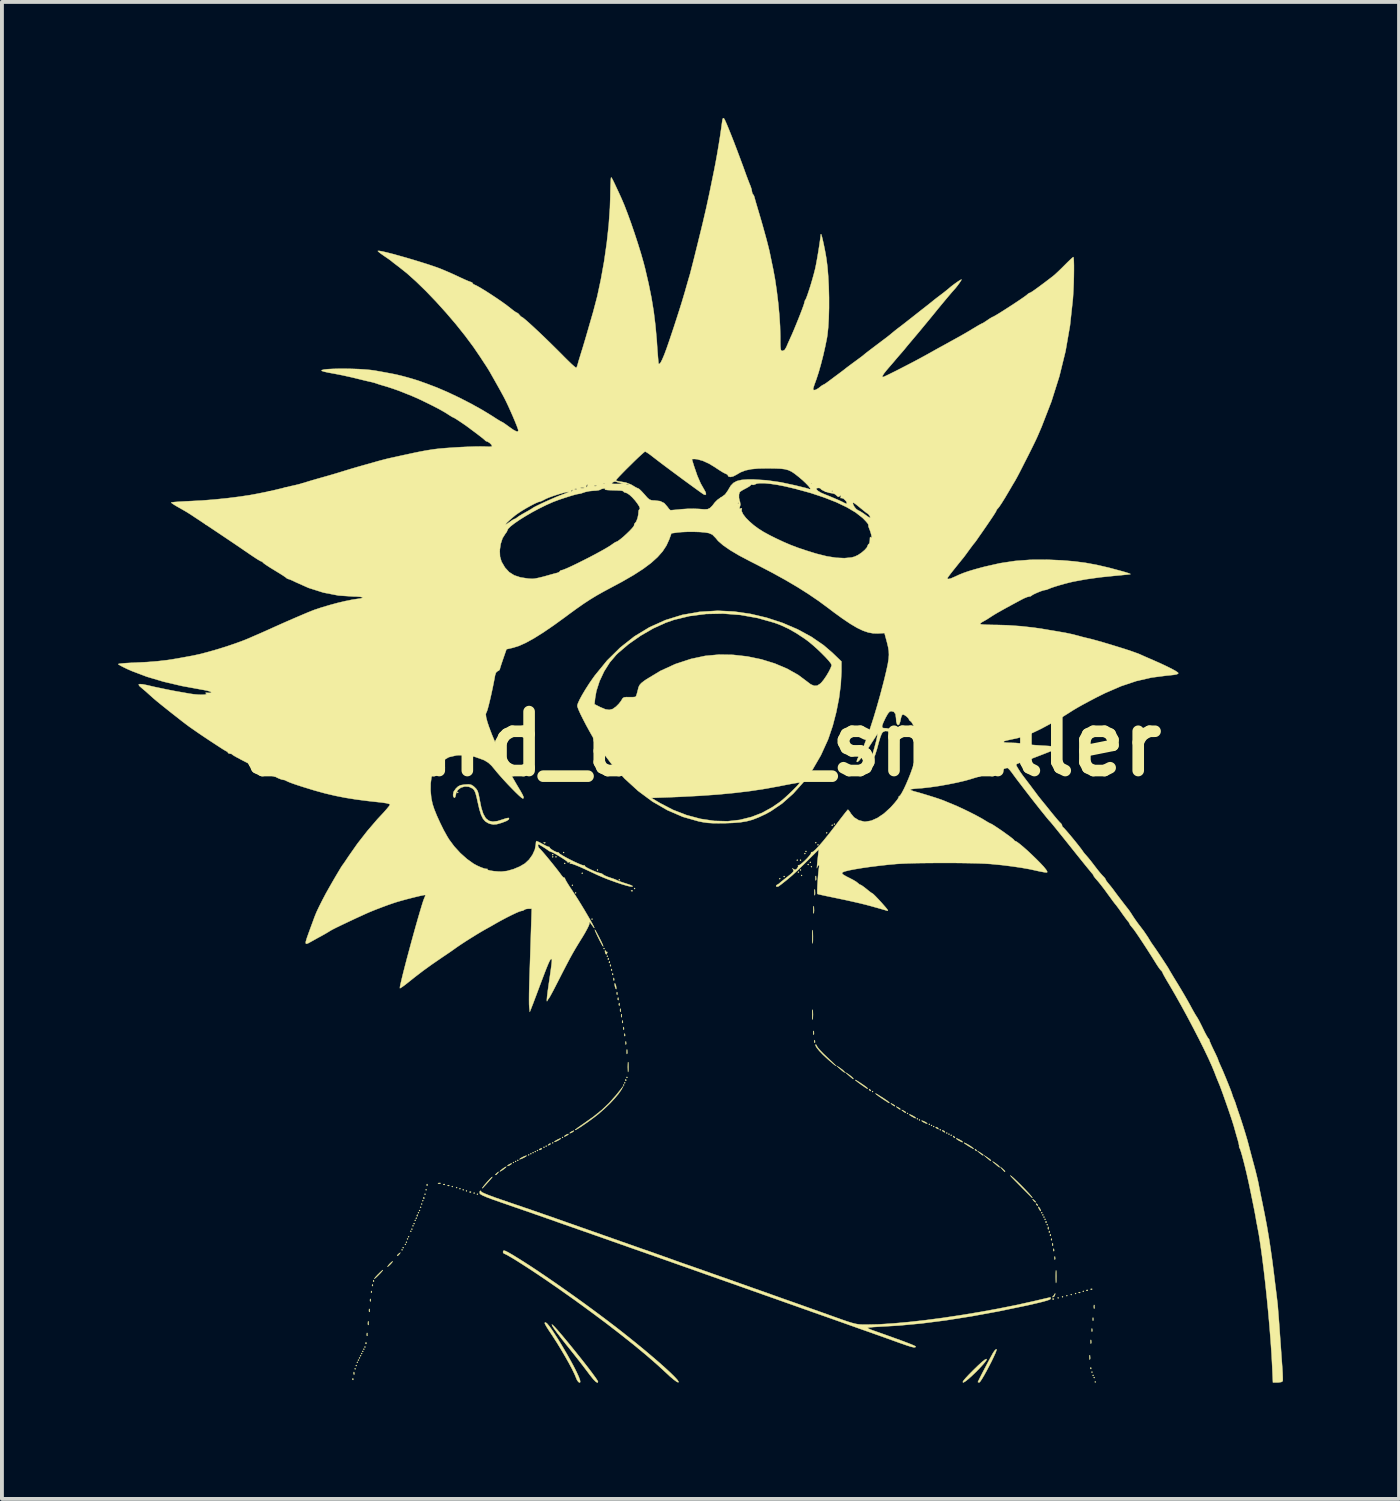
<source format=kicad_pcb>
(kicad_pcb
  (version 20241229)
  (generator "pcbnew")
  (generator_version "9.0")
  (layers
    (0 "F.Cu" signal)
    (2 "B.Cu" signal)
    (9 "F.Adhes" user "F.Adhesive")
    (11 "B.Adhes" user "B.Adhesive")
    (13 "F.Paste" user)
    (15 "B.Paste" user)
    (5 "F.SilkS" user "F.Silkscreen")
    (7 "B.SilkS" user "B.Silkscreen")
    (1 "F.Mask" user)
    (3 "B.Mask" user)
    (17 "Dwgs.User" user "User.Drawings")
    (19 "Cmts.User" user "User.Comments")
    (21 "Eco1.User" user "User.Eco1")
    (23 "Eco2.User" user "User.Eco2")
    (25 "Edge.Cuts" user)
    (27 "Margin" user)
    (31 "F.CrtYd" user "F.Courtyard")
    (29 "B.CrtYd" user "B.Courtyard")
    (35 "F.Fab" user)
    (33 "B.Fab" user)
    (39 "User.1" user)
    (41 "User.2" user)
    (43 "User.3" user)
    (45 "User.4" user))
  (footprint "eduard_even_smaller"
    (layer "F.Cu")
    (at 15.092 16.182)
    (property "Reference" "eduard_even_smaller" (at 0 0 0) (layer "F.SilkS") (effects (font (size 1.524 1.524) (thickness 0.3))))
    (attr through_hole)
    (fp_poly (pts (xy -8.946 16.157) (xy -8.961 16.171) (xy -8.975 16.157) (xy -8.961 16.143) (xy -8.946 16.157)) (stroke (width 0.01) (type solid)) (fill yes) (layer "F.SilkS"))
    (fp_poly (pts (xy -8.918 16.073) (xy -8.932 16.087) (xy -8.946 16.073) (xy -8.932 16.058) (xy -8.918 16.073)) (stroke (width 0.01) (type solid)) (fill yes) (layer "F.SilkS"))
    (fp_poly (pts (xy -8.89 15.988) (xy -8.904 16.002) (xy -8.918 15.988) (xy -8.904 15.974) (xy -8.89 15.988)) (stroke (width 0.01) (type solid)) (fill yes) (layer "F.SilkS"))
    (fp_poly (pts (xy -8.862 15.931) (xy -8.876 15.946) (xy -8.89 15.931) (xy -8.876 15.917) (xy -8.862 15.931)) (stroke (width 0.01) (type solid)) (fill yes) (layer "F.SilkS"))
    (fp_poly (pts (xy -8.834 15.875) (xy -8.848 15.889) (xy -8.862 15.875) (xy -8.848 15.861) (xy -8.834 15.875)) (stroke (width 0.01) (type solid)) (fill yes) (layer "F.SilkS"))
    (fp_poly (pts (xy -8.805 15.819) (xy -8.819 15.833) (xy -8.834 15.819) (xy -8.819 15.804) (xy -8.805 15.819)) (stroke (width 0.01) (type solid)) (fill yes) (layer "F.SilkS"))
    (fp_poly (pts (xy -8.777 15.762) (xy -8.791 15.776) (xy -8.805 15.762) (xy -8.791 15.748) (xy -8.777 15.762)) (stroke (width 0.01) (type solid)) (fill yes) (layer "F.SilkS"))
    (fp_poly (pts (xy -8.749 15.706) (xy -8.763 15.72) (xy -8.777 15.706) (xy -8.763 15.692) (xy -8.749 15.706)) (stroke (width 0.01) (type solid)) (fill yes) (layer "F.SilkS"))
    (fp_poly (pts (xy -8.721 15.649) (xy -8.735 15.663) (xy -8.749 15.649) (xy -8.735 15.635) (xy -8.721 15.649)) (stroke (width 0.01) (type solid)) (fill yes) (layer "F.SilkS"))
    (fp_poly (pts (xy -8.692 15.593) (xy -8.707 15.607) (xy -8.721 15.593) (xy -8.707 15.579) (xy -8.692 15.593)) (stroke (width 0.01) (type solid)) (fill yes) (layer "F.SilkS"))
    (fp_poly (pts (xy -7.733 13.081) (xy -7.747 13.095) (xy -7.761 13.081) (xy -7.747 13.067) (xy -7.733 13.081)) (stroke (width 0.01) (type solid)) (fill yes) (layer "F.SilkS"))
    (fp_poly (pts (xy -7.705 13.025) (xy -7.719 13.039) (xy -7.733 13.025) (xy -7.719 13.01) (xy -7.705 13.025)) (stroke (width 0.01) (type solid)) (fill yes) (layer "F.SilkS"))
    (fp_poly (pts (xy -7.648 12.94) (xy -7.662 12.954) (xy -7.676 12.94) (xy -7.662 12.926) (xy -7.648 12.94)) (stroke (width 0.01) (type solid)) (fill yes) (layer "F.SilkS"))
    (fp_poly (pts (xy -7.62 12.883) (xy -7.634 12.898) (xy -7.648 12.883) (xy -7.634 12.869) (xy -7.62 12.883)) (stroke (width 0.01) (type solid)) (fill yes) (layer "F.SilkS"))
    (fp_poly (pts (xy -7.592 12.799) (xy -7.606 12.813) (xy -7.62 12.799) (xy -7.606 12.785) (xy -7.592 12.799)) (stroke (width 0.01) (type solid)) (fill yes) (layer "F.SilkS"))
    (fp_poly (pts (xy -7.564 12.742) (xy -7.578 12.756) (xy -7.592 12.742) (xy -7.578 12.728) (xy -7.564 12.742)) (stroke (width 0.01) (type solid)) (fill yes) (layer "F.SilkS"))
    (fp_poly (pts (xy -7.507 12.601) (xy -7.521 12.615) (xy -7.535 12.601) (xy -7.521 12.587) (xy -7.507 12.601)) (stroke (width 0.01) (type solid)) (fill yes) (layer "F.SilkS"))
    (fp_poly (pts (xy -7.479 12.545) (xy -7.493 12.559) (xy -7.507 12.545) (xy -7.493 12.531) (xy -7.479 12.545)) (stroke (width 0.01) (type solid)) (fill yes) (layer "F.SilkS"))
    (fp_poly (pts (xy -7.451 12.46) (xy -7.465 12.474) (xy -7.479 12.46) (xy -7.465 12.446) (xy -7.451 12.46)) (stroke (width 0.01) (type solid)) (fill yes) (layer "F.SilkS"))
    (fp_poly (pts (xy -7.422 12.404) (xy -7.437 12.418) (xy -7.451 12.404) (xy -7.437 12.39) (xy -7.422 12.404)) (stroke (width 0.01) (type solid)) (fill yes) (layer "F.SilkS"))
    (fp_poly (pts (xy -7.394 12.319) (xy -7.408 12.333) (xy -7.422 12.319) (xy -7.408 12.305) (xy -7.394 12.319)) (stroke (width 0.01) (type solid)) (fill yes) (layer "F.SilkS"))
    (fp_poly (pts (xy -7.366 12.263) (xy -7.38 12.277) (xy -7.394 12.263) (xy -7.38 12.248) (xy -7.366 12.263)) (stroke (width 0.01) (type solid)) (fill yes) (layer "F.SilkS"))
    (fp_poly (pts (xy -7.31 12.121) (xy -7.324 12.136) (xy -7.338 12.121) (xy -7.324 12.107) (xy -7.31 12.121)) (stroke (width 0.01) (type solid)) (fill yes) (layer "F.SilkS"))
    (fp_poly (pts (xy -7.281 12.065) (xy -7.295 12.079) (xy -7.31 12.065) (xy -7.295 12.051) (xy -7.281 12.065)) (stroke (width 0.01) (type solid)) (fill yes) (layer "F.SilkS"))
    (fp_poly (pts (xy -7.253 11.98) (xy -7.267 11.994) (xy -7.281 11.98) (xy -7.267 11.966) (xy -7.253 11.98)) (stroke (width 0.01) (type solid)) (fill yes) (layer "F.SilkS"))
    (fp_poly (pts (xy -7.225 11.896) (xy -7.239 11.91) (xy -7.253 11.896) (xy -7.239 11.882) (xy -7.225 11.896)) (stroke (width 0.01) (type solid)) (fill yes) (layer "F.SilkS"))
    (fp_poly (pts (xy -7.197 11.811) (xy -7.211 11.825) (xy -7.225 11.811) (xy -7.211 11.797) (xy -7.197 11.811)) (stroke (width 0.01) (type solid)) (fill yes) (layer "F.SilkS"))
    (fp_poly (pts (xy -7.14 11.642) (xy -7.154 11.656) (xy -7.168 11.642) (xy -7.154 11.628) (xy -7.14 11.642)) (stroke (width 0.01) (type solid)) (fill yes) (layer "F.SilkS"))
    (fp_poly (pts (xy -7.112 11.529) (xy -7.126 11.543) (xy -7.14 11.529) (xy -7.126 11.515) (xy -7.112 11.529)) (stroke (width 0.01) (type solid)) (fill yes) (layer "F.SilkS"))
    (fp_poly (pts (xy -6.435 11.444) (xy -6.449 11.458) (xy -6.463 11.444) (xy -6.449 11.43) (xy -6.435 11.444)) (stroke (width 0.01) (type solid)) (fill yes) (layer "F.SilkS"))
    (fp_poly (pts (xy -6.322 11.472) (xy -6.336 11.486) (xy -6.35 11.472) (xy -6.336 11.458) (xy -6.322 11.472)) (stroke (width 0.01) (type solid)) (fill yes) (layer "F.SilkS"))
    (fp_poly (pts (xy -6.294 1.256) (xy -6.308 1.27) (xy -6.322 1.256) (xy -6.308 1.242) (xy -6.294 1.256)) (stroke (width 0.01) (type solid)) (fill yes) (layer "F.SilkS"))
    (fp_poly (pts (xy -6.237 11.501) (xy -6.251 11.515) (xy -6.265 11.501) (xy -6.251 11.486) (xy -6.237 11.501)) (stroke (width 0.01) (type solid)) (fill yes) (layer "F.SilkS"))
    (fp_poly (pts (xy -6.152 11.529) (xy -6.167 11.543) (xy -6.181 11.529) (xy -6.167 11.515) (xy -6.152 11.529)) (stroke (width 0.01) (type solid)) (fill yes) (layer "F.SilkS"))
    (fp_poly (pts (xy -6.068 11.557) (xy -6.082 11.571) (xy -6.096 11.557) (xy -6.082 11.543) (xy -6.068 11.557)) (stroke (width 0.01) (type solid)) (fill yes) (layer "F.SilkS"))
    (fp_poly (pts (xy -5.87 11.613) (xy -5.884 11.628) (xy -5.898 11.613) (xy -5.884 11.599) (xy -5.87 11.613)) (stroke (width 0.01) (type solid)) (fill yes) (layer "F.SilkS"))
    (fp_poly (pts (xy -5.786 11.642) (xy -5.8 11.656) (xy -5.814 11.642) (xy -5.8 11.628) (xy -5.786 11.642)) (stroke (width 0.01) (type solid)) (fill yes) (layer "F.SilkS"))
    (fp_poly (pts (xy -4.854 10.823) (xy -4.868 10.837) (xy -4.882 10.823) (xy -4.868 10.809) (xy -4.854 10.823)) (stroke (width 0.01) (type solid)) (fill yes) (layer "F.SilkS"))
    (fp_poly (pts (xy -4.798 10.795) (xy -4.812 10.809) (xy -4.826 10.795) (xy -4.812 10.781) (xy -4.798 10.795)) (stroke (width 0.01) (type solid)) (fill yes) (layer "F.SilkS"))
    (fp_poly (pts (xy -4.741 10.767) (xy -4.755 10.781) (xy -4.77 10.767) (xy -4.755 10.753) (xy -4.741 10.767)) (stroke (width 0.01) (type solid)) (fill yes) (layer "F.SilkS"))
    (fp_poly (pts (xy -4.459 10.626) (xy -4.473 10.64) (xy -4.487 10.626) (xy -4.473 10.612) (xy -4.459 10.626)) (stroke (width 0.01) (type solid)) (fill yes) (layer "F.SilkS"))
    (fp_poly (pts (xy -4.403 10.597) (xy -4.417 10.612) (xy -4.431 10.597) (xy -4.417 10.583) (xy -4.403 10.597)) (stroke (width 0.01) (type solid)) (fill yes) (layer "F.SilkS"))
    (fp_poly (pts (xy -4.346 10.569) (xy -4.36 10.583) (xy -4.374 10.569) (xy -4.36 10.555) (xy -4.346 10.569)) (stroke (width 0.01) (type solid)) (fill yes) (layer "F.SilkS"))
    (fp_poly (pts (xy -4.29 10.541) (xy -4.304 10.555) (xy -4.318 10.541) (xy -4.304 10.527) (xy -4.29 10.541)) (stroke (width 0.01) (type solid)) (fill yes) (layer "F.SilkS"))
    (fp_poly (pts (xy -4.233 10.513) (xy -4.247 10.527) (xy -4.262 10.513) (xy -4.247 10.499) (xy -4.233 10.513)) (stroke (width 0.01) (type solid)) (fill yes) (layer "F.SilkS"))
    (fp_poly (pts (xy -4.064 10.428) (xy -4.078 10.442) (xy -4.092 10.428) (xy -4.078 10.414) (xy -4.064 10.428)) (stroke (width 0.01) (type solid)) (fill yes) (layer "F.SilkS"))
    (fp_poly (pts (xy -4.008 10.4) (xy -4.022 10.414) (xy -4.036 10.4) (xy -4.022 10.386) (xy -4.008 10.4)) (stroke (width 0.01) (type solid)) (fill yes) (layer "F.SilkS"))
    (fp_poly (pts (xy -3.838 2.865) (xy -3.852 2.879) (xy -3.866 2.865) (xy -3.852 2.85) (xy -3.838 2.865)) (stroke (width 0.01) (type solid)) (fill yes) (layer "F.SilkS"))
    (fp_poly (pts (xy -3.838 2.921) (xy -3.852 2.935) (xy -3.866 2.921) (xy -3.852 2.907) (xy -3.838 2.921)) (stroke (width 0.01) (type solid)) (fill yes) (layer "F.SilkS"))
    (fp_poly (pts (xy -3.838 10.315) (xy -3.852 10.329) (xy -3.866 10.315) (xy -3.852 10.301) (xy -3.838 10.315)) (stroke (width 0.01) (type solid)) (fill yes) (layer "F.SilkS"))
    (fp_poly (pts (xy -3.754 2.921) (xy -3.768 2.935) (xy -3.782 2.921) (xy -3.768 2.907) (xy -3.754 2.921)) (stroke (width 0.01) (type solid)) (fill yes) (layer "F.SilkS"))
    (fp_poly (pts (xy -3.584 10.174) (xy -3.598 10.188) (xy -3.612 10.174) (xy -3.598 10.16) (xy -3.584 10.174)) (stroke (width 0.01) (type solid)) (fill yes) (layer "F.SilkS"))
    (fp_poly (pts (xy -3.556 2.808) (xy -3.57 2.822) (xy -3.584 2.808) (xy -3.57 2.794) (xy -3.556 2.808)) (stroke (width 0.01) (type solid)) (fill yes) (layer "F.SilkS"))
    (fp_poly (pts (xy -3.528 3.09) (xy -3.542 3.104) (xy -3.556 3.09) (xy -3.542 3.076) (xy -3.528 3.09)) (stroke (width 0.01) (type solid)) (fill yes) (layer "F.SilkS"))
    (fp_poly (pts (xy -3.33 3.655) (xy -3.344 3.669) (xy -3.358 3.655) (xy -3.344 3.641) (xy -3.33 3.655)) (stroke (width 0.01) (type solid)) (fill yes) (layer "F.SilkS"))
    (fp_poly (pts (xy -3.246 3.852) (xy -3.26 3.866) (xy -3.274 3.852) (xy -3.26 3.838) (xy -3.246 3.852)) (stroke (width 0.01) (type solid)) (fill yes) (layer "F.SilkS"))
    (fp_poly (pts (xy -3.076 3.344) (xy -3.09 3.358) (xy -3.104 3.344) (xy -3.09 3.33) (xy -3.076 3.344)) (stroke (width 0.01) (type solid)) (fill yes) (layer "F.SilkS"))
    (fp_poly (pts (xy -2.822 4.53) (xy -2.836 4.544) (xy -2.85 4.53) (xy -2.836 4.516) (xy -2.822 4.53)) (stroke (width 0.01) (type solid)) (fill yes) (layer "F.SilkS"))
    (fp_poly (pts (xy -2.681 3.26) (xy -2.695 3.274) (xy -2.709 3.26) (xy -2.695 3.246) (xy -2.681 3.26)) (stroke (width 0.01) (type solid)) (fill yes) (layer "F.SilkS"))
    (fp_poly (pts (xy -2.512 5.292) (xy -2.526 5.306) (xy -2.54 5.292) (xy -2.526 5.278) (xy -2.512 5.292)) (stroke (width 0.01) (type solid)) (fill yes) (layer "F.SilkS"))
    (fp_poly (pts (xy -2.427 5.489) (xy -2.441 5.503) (xy -2.455 5.489) (xy -2.441 5.475) (xy -2.427 5.489)) (stroke (width 0.01) (type solid)) (fill yes) (layer "F.SilkS"))
    (fp_poly (pts (xy -2.117 3.514) (xy -2.131 3.528) (xy -2.145 3.514) (xy -2.131 3.5) (xy -2.117 3.514)) (stroke (width 0.01) (type solid)) (fill yes) (layer "F.SilkS"))
    (fp_poly (pts (xy -2.004 8.819) (xy -2.018 8.834) (xy -2.032 8.819) (xy -2.018 8.805) (xy -2.004 8.819)) (stroke (width 0.01) (type solid)) (fill yes) (layer "F.SilkS"))
    (fp_poly (pts (xy -1.976 8.763) (xy -1.99 8.777) (xy -2.004 8.763) (xy -1.99 8.749) (xy -1.976 8.763)) (stroke (width 0.01) (type solid)) (fill yes) (layer "F.SilkS"))
    (fp_poly (pts (xy -1.919 8.622) (xy -1.933 8.636) (xy -1.947 8.622) (xy -1.933 8.608) (xy -1.919 8.622)) (stroke (width 0.01) (type solid)) (fill yes) (layer "F.SilkS"))
    (fp_poly (pts (xy -1.722 3.739) (xy -1.736 3.754) (xy -1.75 3.739) (xy -1.736 3.725) (xy -1.722 3.739)) (stroke (width 0.01) (type solid)) (fill yes) (layer "F.SilkS"))
    (fp_poly (pts (xy 2.032 3.485) (xy 2.018 3.5) (xy 2.004 3.485) (xy 2.018 3.471) (xy 2.032 3.485)) (stroke (width 0.01) (type solid)) (fill yes) (layer "F.SilkS"))
    (fp_poly (pts (xy 2.145 3.429) (xy 2.131 3.443) (xy 2.117 3.429) (xy 2.131 3.415) (xy 2.145 3.429)) (stroke (width 0.01) (type solid)) (fill yes) (layer "F.SilkS"))
    (fp_poly (pts (xy 2.484 3.006) (xy 2.469 3.02) (xy 2.455 3.006) (xy 2.469 2.992) (xy 2.484 3.006)) (stroke (width 0.01) (type solid)) (fill yes) (layer "F.SilkS"))
    (fp_poly (pts (xy 2.512 3.316) (xy 2.498 3.33) (xy 2.484 3.316) (xy 2.498 3.302) (xy 2.512 3.316)) (stroke (width 0.01) (type solid)) (fill yes) (layer "F.SilkS"))
    (fp_poly (pts (xy 2.568 3.006) (xy 2.554 3.02) (xy 2.54 3.006) (xy 2.554 2.992) (xy 2.568 3.006)) (stroke (width 0.01) (type solid)) (fill yes) (layer "F.SilkS"))
    (fp_poly (pts (xy 2.568 3.26) (xy 2.554 3.274) (xy 2.54 3.26) (xy 2.554 3.246) (xy 2.568 3.26)) (stroke (width 0.01) (type solid)) (fill yes) (layer "F.SilkS"))
    (fp_poly (pts (xy 2.596 3.401) (xy 2.582 3.415) (xy 2.568 3.401) (xy 2.582 3.387) (xy 2.596 3.401)) (stroke (width 0.01) (type solid)) (fill yes) (layer "F.SilkS"))
    (fp_poly (pts (xy 2.681 2.836) (xy 2.667 2.85) (xy 2.653 2.836) (xy 2.667 2.822) (xy 2.681 2.836)) (stroke (width 0.01) (type solid)) (fill yes) (layer "F.SilkS"))
    (fp_poly (pts (xy 2.709 2.78) (xy 2.695 2.794) (xy 2.681 2.78) (xy 2.695 2.766) (xy 2.709 2.78)) (stroke (width 0.01) (type solid)) (fill yes) (layer "F.SilkS"))
    (fp_poly (pts (xy 2.766 3.119) (xy 2.752 3.133) (xy 2.738 3.119) (xy 2.752 3.104) (xy 2.766 3.119)) (stroke (width 0.01) (type solid)) (fill yes) (layer "F.SilkS"))
    (fp_poly (pts (xy 2.822 3.062) (xy 2.808 3.076) (xy 2.794 3.062) (xy 2.808 3.048) (xy 2.822 3.062)) (stroke (width 0.01) (type solid)) (fill yes) (layer "F.SilkS"))
    (fp_poly (pts (xy 2.85 3.175) (xy 2.836 3.189) (xy 2.822 3.175) (xy 2.836 3.161) (xy 2.85 3.175)) (stroke (width 0.01) (type solid)) (fill yes) (layer "F.SilkS"))
    (fp_poly (pts (xy 2.963 2.554) (xy 2.949 2.568) (xy 2.935 2.554) (xy 2.949 2.54) (xy 2.963 2.554)) (stroke (width 0.01) (type solid)) (fill yes) (layer "F.SilkS"))
    (fp_poly (pts (xy 3.02 2.611) (xy 3.006 2.625) (xy 2.992 2.611) (xy 3.006 2.596) (xy 3.02 2.611)) (stroke (width 0.01) (type solid)) (fill yes) (layer "F.SilkS"))
    (fp_poly (pts (xy 3.246 2.3) (xy 3.231 2.314) (xy 3.217 2.3) (xy 3.231 2.286) (xy 3.246 2.3)) (stroke (width 0.01) (type solid)) (fill yes) (layer "F.SilkS"))
    (fp_poly (pts (xy 3.387 2.103) (xy 3.373 2.117) (xy 3.358 2.103) (xy 3.373 2.088) (xy 3.387 2.103)) (stroke (width 0.01) (type solid)) (fill yes) (layer "F.SilkS"))
    (fp_poly (pts (xy 3.443 2.074) (xy 3.429 2.088) (xy 3.415 2.074) (xy 3.429 2.06) (xy 3.443 2.074)) (stroke (width 0.01) (type solid)) (fill yes) (layer "F.SilkS"))
    (fp_poly (pts (xy 4.431 8.989) (xy 4.417 9.003) (xy 4.403 8.989) (xy 4.417 8.975) (xy 4.431 8.989)) (stroke (width 0.01) (type solid)) (fill yes) (layer "F.SilkS"))
    (fp_poly (pts (xy 5.08 -0.325) (xy 5.066 -0.31) (xy 5.052 -0.325) (xy 5.066 -0.339) (xy 5.08 -0.325)) (stroke (width 0.01) (type solid)) (fill yes) (layer "F.SilkS"))
    (fp_poly (pts (xy 5.334 9.553) (xy 5.32 9.567) (xy 5.306 9.553) (xy 5.32 9.539) (xy 5.334 9.553)) (stroke (width 0.01) (type solid)) (fill yes) (layer "F.SilkS"))
    (fp_poly (pts (xy 5.588 9.694) (xy 5.574 9.708) (xy 5.56 9.694) (xy 5.574 9.68) (xy 5.588 9.694)) (stroke (width 0.01) (type solid)) (fill yes) (layer "F.SilkS"))
    (fp_poly (pts (xy 5.644 9.723) (xy 5.63 9.737) (xy 5.616 9.723) (xy 5.63 9.708) (xy 5.644 9.723)) (stroke (width 0.01) (type solid)) (fill yes) (layer "F.SilkS"))
    (fp_poly (pts (xy 5.898 9.835) (xy 5.884 9.85) (xy 5.87 9.835) (xy 5.884 9.821) (xy 5.898 9.835)) (stroke (width 0.01) (type solid)) (fill yes) (layer "F.SilkS"))
    (fp_poly (pts (xy 5.955 9.864) (xy 5.941 9.878) (xy 5.927 9.864) (xy 5.941 9.85) (xy 5.955 9.864)) (stroke (width 0.01) (type solid)) (fill yes) (layer "F.SilkS"))
    (fp_poly (pts (xy 6.011 9.892) (xy 5.997 9.906) (xy 5.983 9.892) (xy 5.997 9.878) (xy 6.011 9.892)) (stroke (width 0.01) (type solid)) (fill yes) (layer "F.SilkS"))
    (fp_poly (pts (xy 6.181 9.977) (xy 6.167 9.991) (xy 6.152 9.977) (xy 6.167 9.962) (xy 6.181 9.977)) (stroke (width 0.01) (type solid)) (fill yes) (layer "F.SilkS"))
    (fp_poly (pts (xy 6.35 10.061) (xy 6.336 10.075) (xy 6.322 10.061) (xy 6.336 10.047) (xy 6.35 10.061)) (stroke (width 0.01) (type solid)) (fill yes) (layer "F.SilkS"))
    (fp_poly (pts (xy 6.406 10.089) (xy 6.392 10.104) (xy 6.378 10.089) (xy 6.392 10.075) (xy 6.406 10.089)) (stroke (width 0.01) (type solid)) (fill yes) (layer "F.SilkS"))
    (fp_poly (pts (xy 6.463 10.118) (xy 6.449 10.132) (xy 6.435 10.118) (xy 6.449 10.104) (xy 6.463 10.118)) (stroke (width 0.01) (type solid)) (fill yes) (layer "F.SilkS"))
    (fp_poly (pts (xy 8.805 12.121) (xy 8.791 12.136) (xy 8.777 12.121) (xy 8.791 12.107) (xy 8.805 12.121)) (stroke (width 0.01) (type solid)) (fill yes) (layer "F.SilkS"))
    (fp_poly (pts (xy 8.834 12.178) (xy 8.819 12.192) (xy 8.805 12.178) (xy 8.819 12.164) (xy 8.834 12.178)) (stroke (width 0.01) (type solid)) (fill yes) (layer "F.SilkS"))
    (fp_poly (pts (xy 8.862 12.234) (xy 8.848 12.248) (xy 8.834 12.234) (xy 8.848 12.22) (xy 8.862 12.234)) (stroke (width 0.01) (type solid)) (fill yes) (layer "F.SilkS"))
    (fp_poly (pts (xy 8.89 12.291) (xy 8.876 12.305) (xy 8.862 12.291) (xy 8.876 12.277) (xy 8.89 12.291)) (stroke (width 0.01) (type solid)) (fill yes) (layer "F.SilkS"))
    (fp_poly (pts (xy 8.946 12.432) (xy 8.932 12.446) (xy 8.918 12.432) (xy 8.932 12.418) (xy 8.946 12.432)) (stroke (width 0.01) (type solid)) (fill yes) (layer "F.SilkS"))
    (fp_poly (pts (xy 9.229 14.323) (xy 9.215 14.337) (xy 9.2 14.323) (xy 9.215 14.309) (xy 9.229 14.323)) (stroke (width 0.01) (type solid)) (fill yes) (layer "F.SilkS"))
    (fp_poly (pts (xy 9.342 14.295) (xy 9.327 14.309) (xy 9.313 14.295) (xy 9.327 14.28) (xy 9.342 14.295)) (stroke (width 0.01) (type solid)) (fill yes) (layer "F.SilkS"))
    (fp_poly (pts (xy 9.454 14.266) (xy 9.44 14.28) (xy 9.426 14.266) (xy 9.44 14.252) (xy 9.454 14.266)) (stroke (width 0.01) (type solid)) (fill yes) (layer "F.SilkS"))
    (fp_poly (pts (xy 9.567 14.238) (xy 9.553 14.252) (xy 9.539 14.238) (xy 9.553 14.224) (xy 9.567 14.238)) (stroke (width 0.01) (type solid)) (fill yes) (layer "F.SilkS"))
    (fp_poly (pts (xy 9.68 14.21) (xy 9.666 14.224) (xy 9.652 14.21) (xy 9.666 14.196) (xy 9.68 14.21)) (stroke (width 0.01) (type solid)) (fill yes) (layer "F.SilkS"))
    (fp_poly (pts (xy 9.878 14.153) (xy 9.864 14.168) (xy 9.85 14.153) (xy 9.864 14.139) (xy 9.878 14.153)) (stroke (width 0.01) (type solid)) (fill yes) (layer "F.SilkS"))
    (fp_poly (pts (xy 10.104 16.242) (xy 10.089 16.256) (xy 10.075 16.242) (xy 10.089 16.228) (xy 10.104 16.242)) (stroke (width 0.01) (type solid)) (fill yes) (layer "F.SilkS"))
    (fp_poly (pts (xy 10.132 16.327) (xy 10.118 16.341) (xy 10.104 16.327) (xy 10.118 16.312) (xy 10.132 16.327)) (stroke (width 0.01) (type solid)) (fill yes) (layer "F.SilkS"))
    (fp_poly (pts (xy 10.16 16.383) (xy 10.146 16.397) (xy 10.132 16.383) (xy 10.146 16.369) (xy 10.16 16.383)) (stroke (width 0.01) (type solid)) (fill yes) (layer "F.SilkS"))
    (fp_poly (pts (xy 10.188 16.496) (xy 10.174 16.51) (xy 10.16 16.496) (xy 10.174 16.482) (xy 10.188 16.496)) (stroke (width 0.01) (type solid)) (fill yes) (layer "F.SilkS"))
    (fp_poly (pts (xy -9.012 16.407) (xy -9.009 16.44) (xy -9.012 16.444) (xy -9.029 16.44) (xy -9.031 16.425) (xy -9.021 16.402) (xy -9.012 16.407)) (stroke (width 0.01) (type solid)) (fill yes) (layer "F.SilkS"))
    (fp_poly (pts (xy -8.984 16.251) (xy -8.98 16.295) (xy -8.986 16.305) (xy -8.999 16.296) (xy -9.001 16.268) (xy -8.994 16.238) (xy -8.984 16.251)) (stroke (width 0.01) (type solid)) (fill yes) (layer "F.SilkS"))
    (fp_poly (pts (xy -8.674 15.475) (xy -8.67 15.509) (xy -8.674 15.513) (xy -8.69 15.509) (xy -8.692 15.494) (xy -8.682 15.471) (xy -8.674 15.475)) (stroke (width 0.01) (type solid)) (fill yes) (layer "F.SilkS"))
    (fp_poly (pts (xy -8.646 15.233) (xy -8.642 15.291) (xy -8.646 15.303) (xy -8.656 15.307) (xy -8.66 15.268) (xy -8.655 15.228) (xy -8.646 15.233)) (stroke (width 0.01) (type solid)) (fill yes) (layer "F.SilkS"))
    (fp_poly (pts (xy -8.589 14.612) (xy -8.585 14.67) (xy -8.589 14.683) (xy -8.599 14.686) (xy -8.603 14.647) (xy -8.599 14.607) (xy -8.589 14.612)) (stroke (width 0.01) (type solid)) (fill yes) (layer "F.SilkS"))
    (fp_poly (pts (xy -8.56 14.36) (xy -8.557 14.404) (xy -8.563 14.414) (xy -8.575 14.405) (xy -8.577 14.377) (xy -8.57 14.347) (xy -8.56 14.36)) (stroke (width 0.01) (type solid)) (fill yes) (layer "F.SilkS"))
    (fp_poly (pts (xy -8.533 14.149) (xy -8.529 14.182) (xy -8.533 14.186) (xy -8.549 14.182) (xy -8.551 14.168) (xy -8.541 14.144) (xy -8.533 14.149)) (stroke (width 0.01) (type solid)) (fill yes) (layer "F.SilkS"))
    (fp_poly (pts (xy -8.504 13.979) (xy -8.501 14.013) (xy -8.504 14.017) (xy -8.521 14.013) (xy -8.523 13.998) (xy -8.513 13.975) (xy -8.504 13.979)) (stroke (width 0.01) (type solid)) (fill yes) (layer "F.SilkS"))
    (fp_poly (pts (xy -8.476 13.867) (xy -8.473 13.9) (xy -8.476 13.904) (xy -8.493 13.9) (xy -8.495 13.885) (xy -8.485 13.862) (xy -8.476 13.867)) (stroke (width 0.01) (type solid)) (fill yes) (layer "F.SilkS"))
    (fp_poly (pts (xy -7.347 12.173) (xy -7.344 12.207) (xy -7.347 12.211) (xy -7.364 12.207) (xy -7.366 12.192) (xy -7.356 12.169) (xy -7.347 12.173)) (stroke (width 0.01) (type solid)) (fill yes) (layer "F.SilkS"))
    (fp_poly (pts (xy -7.178 11.722) (xy -7.174 11.755) (xy -7.178 11.759) (xy -7.195 11.755) (xy -7.197 11.74) (xy -7.186 11.717) (xy -7.178 11.722)) (stroke (width 0.01) (type solid)) (fill yes) (layer "F.SilkS"))
    (fp_poly (pts (xy -7.093 11.383) (xy -7.09 11.416) (xy -7.093 11.421) (xy -7.11 11.417) (xy -7.112 11.402) (xy -7.102 11.379) (xy -7.093 11.383)) (stroke (width 0.01) (type solid)) (fill yes) (layer "F.SilkS"))
    (fp_poly (pts (xy -6.753 11.357) (xy -6.761 11.369) (xy -6.79 11.371) (xy -6.82 11.364) (xy -6.807 11.354) (xy -6.763 11.351) (xy -6.753 11.357)) (stroke (width 0.01) (type solid)) (fill yes) (layer "F.SilkS"))
    (fp_poly (pts (xy -6.642 11.383) (xy -6.646 11.4) (xy -6.66 11.402) (xy -6.684 11.391) (xy -6.679 11.383) (xy -6.646 11.38) (xy -6.642 11.383)) (stroke (width 0.01) (type solid)) (fill yes) (layer "F.SilkS"))
    (fp_poly (pts (xy -6.529 11.411) (xy -6.533 11.428) (xy -6.548 11.43) (xy -6.571 11.42) (xy -6.566 11.411) (xy -6.533 11.408) (xy -6.529 11.411)) (stroke (width 0.01) (type solid)) (fill yes) (layer "F.SilkS"))
    (fp_poly (pts (xy -5.964 11.581) (xy -5.968 11.597) (xy -5.983 11.599) (xy -6.006 11.589) (xy -6.002 11.581) (xy -5.968 11.577) (xy -5.964 11.581)) (stroke (width 0.01) (type solid)) (fill yes) (layer "F.SilkS"))
    (fp_poly (pts (xy -4.045 2.549) (xy -4.049 2.566) (xy -4.064 2.568) (xy -4.087 2.558) (xy -4.083 2.549) (xy -4.049 2.546) (xy -4.045 2.549)) (stroke (width 0.01) (type solid)) (fill yes) (layer "F.SilkS"))
    (fp_poly (pts (xy -2.408 5.541) (xy -2.405 5.574) (xy -2.408 5.579) (xy -2.425 5.575) (xy -2.427 5.56) (xy -2.417 5.537) (xy -2.408 5.541)) (stroke (width 0.01) (type solid)) (fill yes) (layer "F.SilkS"))
    (fp_poly (pts (xy -2.38 5.626) (xy -2.377 5.659) (xy -2.38 5.663) (xy -2.397 5.659) (xy -2.399 5.644) (xy -2.389 5.621) (xy -2.38 5.626)) (stroke (width 0.01) (type solid)) (fill yes) (layer "F.SilkS"))
    (fp_poly (pts (xy -2.352 5.71) (xy -2.348 5.744) (xy -2.352 5.748) (xy -2.369 5.744) (xy -2.371 5.729) (xy -2.36 5.706) (xy -2.352 5.71)) (stroke (width 0.01) (type solid)) (fill yes) (layer "F.SilkS"))
    (fp_poly (pts (xy -2.324 5.823) (xy -2.32 5.857) (xy -2.324 5.861) (xy -2.34 5.857) (xy -2.342 5.842) (xy -2.332 5.819) (xy -2.324 5.823)) (stroke (width 0.01) (type solid)) (fill yes) (layer "F.SilkS"))
    (fp_poly (pts (xy -2.295 5.936) (xy -2.292 5.97) (xy -2.295 5.974) (xy -2.312 5.97) (xy -2.314 5.955) (xy -2.304 5.932) (xy -2.295 5.936)) (stroke (width 0.01) (type solid)) (fill yes) (layer "F.SilkS"))
    (fp_poly (pts (xy -2.267 6.062) (xy -2.263 6.107) (xy -2.269 6.117) (xy -2.282 6.108) (xy -2.284 6.08) (xy -2.277 6.049) (xy -2.267 6.062)) (stroke (width 0.01) (type solid)) (fill yes) (layer "F.SilkS"))
    (fp_poly (pts (xy -2.182 6.429) (xy -2.179 6.473) (xy -2.184 6.483) (xy -2.197 6.475) (xy -2.199 6.446) (xy -2.192 6.416) (xy -2.182 6.429)) (stroke (width 0.01) (type solid)) (fill yes) (layer "F.SilkS"))
    (fp_poly (pts (xy -2.154 6.57) (xy -2.15 6.615) (xy -2.156 6.625) (xy -2.169 6.616) (xy -2.171 6.588) (xy -2.164 6.557) (xy -2.154 6.57)) (stroke (width 0.01) (type solid)) (fill yes) (layer "F.SilkS"))
    (fp_poly (pts (xy -2.126 6.712) (xy -2.122 6.756) (xy -2.128 6.766) (xy -2.141 6.757) (xy -2.143 6.729) (xy -2.136 6.699) (xy -2.126 6.712)) (stroke (width 0.01) (type solid)) (fill yes) (layer "F.SilkS"))
    (fp_poly (pts (xy -2.098 6.851) (xy -2.094 6.909) (xy -2.098 6.921) (xy -2.108 6.925) (xy -2.112 6.886) (xy -2.108 6.846) (xy -2.098 6.851)) (stroke (width 0.01) (type solid)) (fill yes) (layer "F.SilkS"))
    (fp_poly (pts (xy -2.07 6.992) (xy -2.066 7.05) (xy -2.07 7.063) (xy -2.08 7.066) (xy -2.084 7.027) (xy -2.08 6.987) (xy -2.07 6.992)) (stroke (width 0.01) (type solid)) (fill yes) (layer "F.SilkS"))
    (fp_poly (pts (xy -2.041 7.163) (xy -2.038 7.207) (xy -2.043 7.217) (xy -2.056 7.209) (xy -2.058 7.18) (xy -2.051 7.15) (xy -2.041 7.163)) (stroke (width 0.01) (type solid)) (fill yes) (layer "F.SilkS"))
    (fp_poly (pts (xy -2.013 7.332) (xy -2.009 7.377) (xy -2.015 7.387) (xy -2.028 7.378) (xy -2.03 7.35) (xy -2.023 7.319) (xy -2.013 7.332)) (stroke (width 0.01) (type solid)) (fill yes) (layer "F.SilkS"))
    (fp_poly (pts (xy -1.984 7.502) (xy -1.981 7.546) (xy -1.987 7.556) (xy -2 7.547) (xy -2.002 7.519) (xy -1.995 7.489) (xy -1.984 7.502)) (stroke (width 0.01) (type solid)) (fill yes) (layer "F.SilkS"))
    (fp_poly (pts (xy -1.957 7.698) (xy -1.953 7.755) (xy -1.957 7.768) (xy -1.967 7.772) (xy -1.971 7.733) (xy -1.967 7.693) (xy -1.957 7.698)) (stroke (width 0.01) (type solid)) (fill yes) (layer "F.SilkS"))
    (fp_poly (pts (xy -1.957 8.674) (xy -1.953 8.707) (xy -1.957 8.711) (xy -1.974 8.707) (xy -1.976 8.692) (xy -1.965 8.669) (xy -1.957 8.674)) (stroke (width 0.01) (type solid)) (fill yes) (layer "F.SilkS"))
    (fp_poly (pts (xy -1.787 3.791) (xy -1.791 3.808) (xy -1.806 3.81) (xy -1.829 3.8) (xy -1.825 3.791) (xy -1.792 3.788) (xy -1.787 3.791)) (stroke (width 0.01) (type solid)) (fill yes) (layer "F.SilkS"))
    (fp_poly (pts (xy 2.926 7.671) (xy 2.93 7.715) (xy 2.924 7.725) (xy 2.911 7.717) (xy 2.909 7.688) (xy 2.916 7.658) (xy 2.926 7.671)) (stroke (width 0.01) (type solid)) (fill yes) (layer "F.SilkS"))
    (fp_poly (pts (xy 8.909 12.343) (xy 8.912 12.376) (xy 8.909 12.38) (xy 8.892 12.376) (xy 8.89 12.361) (xy 8.9 12.338) (xy 8.909 12.343)) (stroke (width 0.01) (type solid)) (fill yes) (layer "F.SilkS"))
    (fp_poly (pts (xy 8.966 12.497) (xy 8.969 12.541) (xy 8.963 12.551) (xy 8.951 12.543) (xy 8.949 12.514) (xy 8.956 12.484) (xy 8.966 12.497)) (stroke (width 0.01) (type solid)) (fill yes) (layer "F.SilkS"))
    (fp_poly (pts (xy 8.993 12.597) (xy 8.997 12.63) (xy 8.993 12.634) (xy 8.977 12.63) (xy 8.975 12.615) (xy 8.985 12.592) (xy 8.993 12.597)) (stroke (width 0.01) (type solid)) (fill yes) (layer "F.SilkS"))
    (fp_poly (pts (xy 9.022 12.681) (xy 9.025 12.715) (xy 9.022 12.719) (xy 9.005 12.715) (xy 9.003 12.7) (xy 9.013 12.677) (xy 9.022 12.681)) (stroke (width 0.01) (type solid)) (fill yes) (layer "F.SilkS"))
    (fp_poly (pts (xy 9.05 12.794) (xy 9.053 12.828) (xy 9.05 12.832) (xy 9.033 12.828) (xy 9.031 12.813) (xy 9.041 12.79) (xy 9.05 12.794)) (stroke (width 0.01) (type solid)) (fill yes) (layer "F.SilkS"))
    (fp_poly (pts (xy 9.079 12.92) (xy 9.082 12.965) (xy 9.076 12.975) (xy 9.064 12.966) (xy 9.062 12.938) (xy 9.068 12.907) (xy 9.079 12.92)) (stroke (width 0.01) (type solid)) (fill yes) (layer "F.SilkS"))
    (fp_poly (pts (xy 9.106 14.346) (xy 9.102 14.363) (xy 9.088 14.365) (xy 9.064 14.355) (xy 9.069 14.346) (xy 9.102 14.343) (xy 9.106 14.346)) (stroke (width 0.01) (type solid)) (fill yes) (layer "F.SilkS"))
    (fp_poly (pts (xy 9.107 13.062) (xy 9.11 13.106) (xy 9.105 13.116) (xy 9.092 13.107) (xy 9.09 13.079) (xy 9.097 13.049) (xy 9.107 13.062)) (stroke (width 0.01) (type solid)) (fill yes) (layer "F.SilkS"))
    (fp_poly (pts (xy 9.134 13.257) (xy 9.138 13.315) (xy 9.134 13.328) (xy 9.124 13.331) (xy 9.12 13.293) (xy 9.125 13.253) (xy 9.134 13.257)) (stroke (width 0.01) (type solid)) (fill yes) (layer "F.SilkS"))
    (fp_poly (pts (xy 9.784 14.177) (xy 9.78 14.194) (xy 9.765 14.196) (xy 9.742 14.185) (xy 9.746 14.177) (xy 9.78 14.174) (xy 9.784 14.177)) (stroke (width 0.01) (type solid)) (fill yes) (layer "F.SilkS"))
    (fp_poly (pts (xy 9.981 14.121) (xy 9.977 14.137) (xy 9.962 14.139) (xy 9.939 14.129) (xy 9.944 14.121) (xy 9.977 14.117) (xy 9.981 14.121)) (stroke (width 0.01) (type solid)) (fill yes) (layer "F.SilkS"))
    (fp_poly (pts (xy 10.066 16.124) (xy 10.069 16.158) (xy 10.066 16.162) (xy 10.049 16.158) (xy 10.047 16.143) (xy 10.057 16.12) (xy 10.066 16.124)) (stroke (width 0.01) (type solid)) (fill yes) (layer "F.SilkS"))
    (fp_poly (pts (xy 10.094 15.12) (xy 10.098 15.178) (xy 10.094 15.191) (xy 10.084 15.194) (xy 10.08 15.155) (xy 10.084 15.115) (xy 10.094 15.12)) (stroke (width 0.01) (type solid)) (fill yes) (layer "F.SilkS"))
    (fp_poly (pts (xy 10.094 14.092) (xy 10.09 14.109) (xy 10.075 14.111) (xy 10.052 14.101) (xy 10.057 14.092) (xy 10.09 14.089) (xy 10.094 14.092)) (stroke (width 0.01) (type solid)) (fill yes) (layer "F.SilkS"))
    (fp_poly (pts (xy 10.122 14.838) (xy 10.126 14.896) (xy 10.122 14.908) (xy 10.112 14.912) (xy 10.108 14.873) (xy 10.112 14.833) (xy 10.122 14.838)) (stroke (width 0.01) (type solid)) (fill yes) (layer "F.SilkS"))
    (fp_poly (pts (xy -4.135 10.471) (xy -4.165 10.494) (xy -4.197 10.498) (xy -4.205 10.488) (xy -4.183 10.469) (xy -4.161 10.46) (xy -4.132 10.458) (xy -4.135 10.471)) (stroke (width 0.01) (type solid)) (fill yes) (layer "F.SilkS"))
    (fp_poly (pts (xy -3.908 10.335) (xy -3.917 10.356) (xy -3.943 10.37) (xy -3.976 10.378) (xy -3.962 10.358) (xy -3.959 10.354) (xy -3.922 10.332) (xy -3.908 10.335)) (stroke (width 0.01) (type solid)) (fill yes) (layer "F.SilkS"))
    (fp_poly (pts (xy 4.342 8.93) (xy 4.372 8.958) (xy 4.366 8.974) (xy 4.362 8.975) (xy 4.338 8.955) (xy 4.329 8.942) (xy 4.326 8.923) (xy 4.342 8.93)) (stroke (width 0.01) (type solid)) (fill yes) (layer "F.SilkS"))
    (fp_poly (pts (xy 6.104 9.927) (xy 6.11 9.934) (xy 6.12 9.96) (xy 6.093 9.95) (xy 6.068 9.934) (xy 6.046 9.912) (xy 6.059 9.906) (xy 6.104 9.927)) (stroke (width 0.01) (type solid)) (fill yes) (layer "F.SilkS"))
    (fp_poly (pts (xy 6.273 10.011) (xy 6.279 10.019) (xy 6.289 10.044) (xy 6.263 10.035) (xy 6.237 10.019) (xy 6.215 9.996) (xy 6.228 9.991) (xy 6.273 10.011)) (stroke (width 0.01) (type solid)) (fill yes) (layer "F.SilkS"))
    (fp_poly (pts (xy 6.515 10.143) (xy 6.545 10.169) (xy 6.548 10.176) (xy 6.534 10.187) (xy 6.506 10.161) (xy 6.503 10.156) (xy 6.499 10.136) (xy 6.515 10.143)) (stroke (width 0.01) (type solid)) (fill yes) (layer "F.SilkS"))
    (fp_poly (pts (xy 7.079 10.482) (xy 7.109 10.508) (xy 7.112 10.514) (xy 7.099 10.526) (xy 7.071 10.5) (xy 7.067 10.494) (xy 7.064 10.475) (xy 7.079 10.482)) (stroke (width 0.01) (type solid)) (fill yes) (layer "F.SilkS"))
    (fp_poly (pts (xy 7.782 10.99) (xy 7.836 11.04) (xy 7.843 11.062) (xy 7.836 11.063) (xy 7.813 11.044) (xy 7.773 11) (xy 7.719 10.936) (xy 7.782 10.99)) (stroke (width 0.01) (type solid)) (fill yes) (layer "F.SilkS"))
    (fp_poly (pts (xy 8.66 11.893) (xy 8.69 11.921) (xy 8.684 11.938) (xy 8.68 11.938) (xy 8.656 11.918) (xy 8.647 11.905) (xy 8.644 11.886) (xy 8.66 11.893)) (stroke (width 0.01) (type solid)) (fill yes) (layer "F.SilkS"))
    (fp_poly (pts (xy -8.618 14.932) (xy -8.616 14.937) (xy -8.612 14.999) (xy -8.617 15.022) (xy -8.627 15.023) (xy -8.631 14.979) (xy -8.63 14.972) (xy -8.626 14.928) (xy -8.618 14.932)) (stroke (width 0.01) (type solid)) (fill yes) (layer "F.SilkS"))
    (fp_poly (pts (xy -7.798 13.166) (xy -7.814 13.187) (xy -7.855 13.231) (xy -7.874 13.231) (xy -7.874 13.226) (xy -7.855 13.202) (xy -7.825 13.176) (xy -7.791 13.152) (xy -7.798 13.166)) (stroke (width 0.01) (type solid)) (fill yes) (layer "F.SilkS"))
    (fp_poly (pts (xy -5.258 11.078) (xy -5.274 11.098) (xy -5.315 11.142) (xy -5.334 11.142) (xy -5.334 11.137) (xy -5.315 11.114) (xy -5.285 11.088) (xy -5.251 11.063) (xy -5.258 11.078)) (stroke (width 0.01) (type solid)) (fill yes) (layer "F.SilkS"))
    (fp_poly (pts (xy -4.911 10.849) (xy -4.932 10.872) (xy -4.967 10.894) (xy -5.011 10.912) (xy -5.024 10.91) (xy -5.002 10.887) (xy -4.967 10.866) (xy -4.923 10.847) (xy -4.911 10.849)) (stroke (width 0.01) (type solid)) (fill yes) (layer "F.SilkS"))
    (fp_poly (pts (xy -3.443 10.087) (xy -3.465 10.11) (xy -3.5 10.132) (xy -3.543 10.15) (xy -3.556 10.148) (xy -3.534 10.125) (xy -3.5 10.104) (xy -3.456 10.085) (xy -3.443 10.087)) (stroke (width 0.01) (type solid)) (fill yes) (layer "F.SilkS"))
    (fp_poly (pts (xy -3.302 10.003) (xy -3.324 10.025) (xy -3.358 10.047) (xy -3.402 10.065) (xy -3.415 10.063) (xy -3.393 10.041) (xy -3.358 10.019) (xy -3.315 10.001) (xy -3.302 10.003)) (stroke (width 0.01) (type solid)) (fill yes) (layer "F.SilkS"))
    (fp_poly (pts (xy -2.234 6.205) (xy -2.217 6.253) (xy -2.208 6.312) (xy -2.211 6.341) (xy -2.225 6.326) (xy -2.242 6.277) (xy -2.252 6.218) (xy -2.248 6.19) (xy -2.234 6.205)) (stroke (width 0.01) (type solid)) (fill yes) (layer "F.SilkS"))
    (fp_poly (pts (xy -1.928 7.909) (xy -1.923 7.981) (xy -1.928 8.008) (xy -1.936 8.017) (xy -1.941 7.978) (xy -1.941 7.959) (xy -1.938 7.907) (xy -1.931 7.901) (xy -1.928 7.909)) (stroke (width 0.01) (type solid)) (fill yes) (layer "F.SilkS"))
    (fp_poly (pts (xy 2.897 7.425) (xy 2.898 7.43) (xy 2.902 7.492) (xy 2.897 7.515) (xy 2.888 7.516) (xy 2.884 7.471) (xy 2.884 7.465) (xy 2.888 7.421) (xy 2.897 7.425)) (stroke (width 0.01) (type solid)) (fill yes) (layer "F.SilkS"))
    (fp_poly (pts (xy 2.899 4.212) (xy 2.904 4.303) (xy 2.899 4.367) (xy 2.893 4.385) (xy 2.888 4.353) (xy 2.887 4.29) (xy 2.889 4.22) (xy 2.893 4.194) (xy 2.899 4.212)) (stroke (width 0.01) (type solid)) (fill yes) (layer "F.SilkS"))
    (fp_poly (pts (xy 2.927 3.775) (xy 2.931 3.857) (xy 2.927 3.902) (xy 2.92 3.915) (xy 2.915 3.88) (xy 2.915 3.838) (xy 2.917 3.777) (xy 2.922 3.76) (xy 2.927 3.775)) (stroke (width 0.01) (type solid)) (fill yes) (layer "F.SilkS"))
    (fp_poly (pts (xy 2.955 3.422) (xy 2.959 3.494) (xy 2.955 3.521) (xy 2.946 3.53) (xy 2.942 3.49) (xy 2.942 3.471) (xy 2.945 3.42) (xy 2.952 3.414) (xy 2.955 3.422)) (stroke (width 0.01) (type solid)) (fill yes) (layer "F.SilkS"))
    (fp_poly (pts (xy 4.897 9.296) (xy 4.932 9.313) (xy 4.98 9.341) (xy 4.995 9.357) (xy 4.986 9.368) (xy 4.953 9.349) (xy 4.923 9.326) (xy 4.887 9.296) (xy 4.897 9.296)) (stroke (width 0.01) (type solid)) (fill yes) (layer "F.SilkS"))
    (fp_poly (pts (xy 5.038 9.381) (xy 5.073 9.397) (xy 5.121 9.425) (xy 5.136 9.441) (xy 5.128 9.453) (xy 5.094 9.433) (xy 5.064 9.411) (xy 5.028 9.38) (xy 5.038 9.381)) (stroke (width 0.01) (type solid)) (fill yes) (layer "F.SilkS"))
    (fp_poly (pts (xy 5.179 9.466) (xy 5.214 9.482) (xy 5.262 9.51) (xy 5.278 9.526) (xy 5.269 9.538) (xy 5.235 9.518) (xy 5.205 9.495) (xy 5.169 9.465) (xy 5.179 9.466)) (stroke (width 0.01) (type solid)) (fill yes) (layer "F.SilkS"))
    (fp_poly (pts (xy 7.204 10.571) (xy 7.257 10.606) (xy 7.281 10.628) (xy 7.281 10.629) (xy 7.269 10.638) (xy 7.229 10.612) (xy 7.193 10.582) (xy 7.126 10.524) (xy 7.204 10.571)) (stroke (width 0.01) (type solid)) (fill yes) (layer "F.SilkS"))
    (fp_poly (pts (xy 8.566 11.778) (xy 8.587 11.793) (xy 8.626 11.828) (xy 8.636 11.843) (xy 8.622 11.851) (xy 8.585 11.815) (xy 8.576 11.804) (xy 8.552 11.771) (xy 8.566 11.778)) (stroke (width 0.01) (type solid)) (fill yes) (layer "F.SilkS"))
    (fp_poly (pts (xy 8.727 11.988) (xy 8.749 12.023) (xy 8.767 12.066) (xy 8.765 12.079) (xy 8.742 12.057) (xy 8.721 12.023) (xy 8.702 11.979) (xy 8.705 11.966) (xy 8.727 11.988)) (stroke (width 0.01) (type solid)) (fill yes) (layer "F.SilkS"))
    (fp_poly (pts (xy 9.136 14.236) (xy 9.112 14.286) (xy 9.088 14.301) (xy 9.064 14.302) (xy 9.076 14.29) (xy 9.115 14.243) (xy 9.125 14.224) (xy 9.137 14.205) (xy 9.136 14.236)) (stroke (width 0.01) (type solid)) (fill yes) (layer "F.SilkS"))
    (fp_poly (pts (xy 10.038 15.812) (xy 10.043 15.883) (xy 10.038 15.91) (xy 10.03 15.919) (xy 10.026 15.88) (xy 10.025 15.861) (xy 10.028 15.81) (xy 10.036 15.803) (xy 10.038 15.812)) (stroke (width 0.01) (type solid)) (fill yes) (layer "F.SilkS"))
    (fp_poly (pts (xy 10.065 15.412) (xy 10.067 15.417) (xy 10.071 15.478) (xy 10.066 15.502) (xy 10.056 15.503) (xy 10.053 15.458) (xy 10.053 15.452) (xy 10.057 15.408) (xy 10.065 15.412)) (stroke (width 0.01) (type solid)) (fill yes) (layer "F.SilkS"))
    (fp_poly (pts (xy 10.15 14.509) (xy 10.151 14.514) (xy 10.155 14.575) (xy 10.15 14.598) (xy 10.141 14.599) (xy 10.137 14.555) (xy 10.137 14.549) (xy 10.141 14.505) (xy 10.15 14.509)) (stroke (width 0.01) (type solid)) (fill yes) (layer "F.SilkS"))
    (fp_poly (pts (xy 3.576 8.381) (xy 3.641 8.429) (xy 3.685 8.469) (xy 3.697 8.493) (xy 3.691 8.495) (xy 3.666 8.478) (xy 3.614 8.435) (xy 3.583 8.408) (xy 3.485 8.321) (xy 3.576 8.381)) (stroke (width 0.01) (type solid)) (fill yes) (layer "F.SilkS"))
    (fp_poly (pts (xy 3.802 8.55) (xy 3.867 8.598) (xy 3.91 8.639) (xy 3.922 8.662) (xy 3.916 8.664) (xy 3.892 8.647) (xy 3.84 8.604) (xy 3.809 8.577) (xy 3.711 8.49) (xy 3.802 8.55)) (stroke (width 0.01) (type solid)) (fill yes) (layer "F.SilkS"))
    (fp_poly (pts (xy 7.387 10.696) (xy 7.446 10.737) (xy 7.477 10.765) (xy 7.479 10.769) (xy 7.474 10.779) (xy 7.451 10.767) (xy 7.4 10.725) (xy 7.38 10.708) (xy 7.295 10.635) (xy 7.387 10.696)) (stroke (width 0.01) (type solid)) (fill yes) (layer "F.SilkS"))
    (fp_poly (pts (xy -1.9 8.233) (xy -1.899 8.248) (xy -1.894 8.354) (xy -1.899 8.46) (xy -1.904 8.484) (xy -1.907 8.459) (xy -1.909 8.388) (xy -1.91 8.354) (xy -1.908 8.269) (xy -1.905 8.227) (xy -1.9 8.233)) (stroke (width 0.01) (type solid)) (fill yes) (layer "F.SilkS"))
    (fp_poly (pts (xy 2.869 6.878) (xy 2.871 6.893) (xy 2.876 6.999) (xy 2.871 7.105) (xy 2.866 7.13) (xy 2.862 7.104) (xy 2.86 7.034) (xy 2.86 6.999) (xy 2.861 6.914) (xy 2.864 6.872) (xy 2.869 6.878)) (stroke (width 0.01) (type solid)) (fill yes) (layer "F.SilkS"))
    (fp_poly (pts (xy 5.73 9.752) (xy 5.786 9.779) (xy 5.827 9.807) (xy 5.829 9.819) (xy 5.828 9.819) (xy 5.785 9.806) (xy 5.729 9.779) (xy 5.688 9.751) (xy 5.686 9.739) (xy 5.687 9.739) (xy 5.73 9.752)) (stroke (width 0.01) (type solid)) (fill yes) (layer "F.SilkS"))
    (fp_poly (pts (xy -4.527 10.647) (xy -4.543 10.664) (xy -4.595 10.695) (xy -4.615 10.705) (xy -4.677 10.732) (xy -4.711 10.74) (xy -4.713 10.739) (xy -4.691 10.718) (xy -4.639 10.688) (xy -4.58 10.66) (xy -4.536 10.646) (xy -4.527 10.647)) (stroke (width 0.01) (type solid)) (fill yes) (layer "F.SilkS"))
    (fp_poly (pts (xy -2.485 5.347) (xy -2.484 5.359) (xy -2.467 5.381) (xy -2.456 5.377) (xy -2.44 5.381) (xy -2.445 5.403) (xy -2.465 5.443) (xy -2.484 5.428) (xy -2.495 5.401) (xy -2.503 5.354) (xy -2.498 5.339) (xy -2.485 5.347)) (stroke (width 0.01) (type solid)) (fill yes) (layer "F.SilkS"))
    (fp_poly (pts (xy 2.871 4.848) (xy 2.875 4.967) (xy 2.874 5.09) (xy 2.871 5.13) (xy 2.867 5.16) (xy 2.864 5.138) (xy 2.861 5.071) (xy 2.861 4.981) (xy 2.862 4.881) (xy 2.864 4.824) (xy 2.868 4.814) (xy 2.871 4.848)) (stroke (width 0.01) (type solid)) (fill yes) (layer "F.SilkS"))
    (fp_poly (pts (xy 5.399 9.587) (xy 5.447 9.61) (xy 5.504 9.643) (xy 5.531 9.665) (xy 5.532 9.667) (xy 5.528 9.677) (xy 5.508 9.672) (xy 5.457 9.645) (xy 5.44 9.636) (xy 5.378 9.597) (xy 5.365 9.579) (xy 5.399 9.587)) (stroke (width 0.01) (type solid)) (fill yes) (layer "F.SilkS"))
    (fp_poly (pts (xy 6.612 10.208) (xy 6.66 10.231) (xy 6.718 10.264) (xy 6.745 10.286) (xy 6.745 10.288) (xy 6.742 10.298) (xy 6.722 10.293) (xy 6.671 10.266) (xy 6.653 10.257) (xy 6.592 10.218) (xy 6.579 10.2) (xy 6.612 10.208)) (stroke (width 0.01) (type solid)) (fill yes) (layer "F.SilkS"))
    (fp_poly (pts (xy 7.541 10.808) (xy 7.584 10.836) (xy 7.647 10.882) (xy 7.688 10.918) (xy 7.691 10.923) (xy 7.702 10.947) (xy 7.682 10.938) (xy 7.629 10.894) (xy 7.592 10.862) (xy 7.534 10.811) (xy 7.517 10.794) (xy 7.541 10.808)) (stroke (width 0.01) (type solid)) (fill yes) (layer "F.SilkS"))
    (fp_poly (pts (xy 9.165 13.638) (xy 9.169 13.757) (xy 9.166 13.881) (xy 9.165 13.906) (xy 9.16 13.938) (xy 9.157 13.918) (xy 9.155 13.852) (xy 9.154 13.772) (xy 9.155 13.674) (xy 9.158 13.618) (xy 9.161 13.61) (xy 9.165 13.638)) (stroke (width 0.01) (type solid)) (fill yes) (layer "F.SilkS"))
    (fp_poly (pts (xy -8.254 13.621) (xy -8.294 13.668) (xy -8.34 13.716) (xy -8.402 13.778) (xy -8.448 13.819) (xy -8.464 13.829) (xy -8.454 13.811) (xy -8.414 13.764) (xy -8.368 13.716) (xy -8.305 13.654) (xy -8.259 13.613) (xy -8.244 13.603) (xy -8.254 13.621)) (stroke (width 0.01) (type solid)) (fill yes) (layer "F.SilkS"))
    (fp_poly (pts (xy -7.998 13.395) (xy -8.035 13.439) (xy -8.043 13.448) (xy -8.092 13.495) (xy -8.122 13.518) (xy -8.124 13.518) (xy -8.116 13.501) (xy -8.08 13.457) (xy -8.072 13.448) (xy -8.023 13.4) (xy -7.993 13.378) (xy -7.991 13.377) (xy -7.998 13.395)) (stroke (width 0.01) (type solid)) (fill yes) (layer "F.SilkS"))
    (fp_poly (pts (xy -5.421 11.21) (xy -5.463 11.261) (xy -5.487 11.289) (xy -5.586 11.399) (xy -5.649 11.467) (xy -5.675 11.491) (xy -5.666 11.472) (xy -5.624 11.416) (xy -5.549 11.327) (xy -5.468 11.241) (xy -5.443 11.218) (xy -5.414 11.195) (xy -5.421 11.21)) (stroke (width 0.01) (type solid)) (fill yes) (layer "F.SilkS"))
    (fp_poly (pts (xy -5.052 10.932) (xy -5.072 10.956) (xy -5.123 10.997) (xy -5.136 11.007) (xy -5.191 11.042) (xy -5.22 11.054) (xy -5.221 11.053) (xy -5.2 11.029) (xy -5.149 10.988) (xy -5.136 10.978) (xy -5.082 10.943) (xy -5.053 10.931) (xy -5.052 10.932)) (stroke (width 0.01) (type solid)) (fill yes) (layer "F.SilkS"))
    (fp_poly (pts (xy -3.641 10.201) (xy -3.663 10.222) (xy -3.718 10.255) (xy -3.725 10.259) (xy -3.782 10.284) (xy -3.809 10.29) (xy -3.81 10.288) (xy -3.788 10.267) (xy -3.733 10.235) (xy -3.725 10.231) (xy -3.669 10.205) (xy -3.641 10.2) (xy -3.641 10.201)) (stroke (width 0.01) (type solid)) (fill yes) (layer "F.SilkS"))
    (fp_poly (pts (xy 6.821 10.326) (xy 6.844 10.338) (xy 6.91 10.375) (xy 6.972 10.416) (xy 7.017 10.45) (xy 7.03 10.468) (xy 7.027 10.469) (xy 6.997 10.455) (xy 6.937 10.421) (xy 6.907 10.403) (xy 6.829 10.353) (xy 6.787 10.321) (xy 6.783 10.311) (xy 6.821 10.326)) (stroke (width 0.01) (type solid)) (fill yes) (layer "F.SilkS"))
    (fp_poly (pts (xy 4.524 9.053) (xy 4.558 9.073) (xy 4.704 9.165) (xy 4.801 9.231) (xy 4.849 9.271) (xy 4.848 9.285) (xy 4.847 9.285) (xy 4.821 9.271) (xy 4.762 9.233) (xy 4.685 9.183) (xy 4.601 9.126) (xy 4.538 9.079) (xy 4.5 9.049) (xy 4.494 9.038) (xy 4.524 9.053)) (stroke (width 0.01) (type solid)) (fill yes) (layer "F.SilkS"))
    (fp_poly (pts (xy -2.752 4.818) (xy -2.72 4.872) (xy -2.675 4.957) (xy -2.65 5.005) (xy -2.6 5.105) (xy -2.564 5.184) (xy -2.547 5.23) (xy -2.547 5.237) (xy -2.563 5.219) (xy -2.597 5.16) (xy -2.643 5.073) (xy -2.661 5.036) (xy -2.709 4.937) (xy -2.745 4.857) (xy -2.763 4.81) (xy -2.764 4.804) (xy -2.752 4.818)) (stroke (width 0.01) (type solid)) (fill yes) (layer "F.SilkS"))
    (fp_poly (pts (xy 4.018 8.713) (xy 4.091 8.759) (xy 4.113 8.774) (xy 4.198 8.832) (xy 4.26 8.878) (xy 4.289 8.904) (xy 4.29 8.905) (xy 4.288 8.914) (xy 4.274 8.911) (xy 4.239 8.889) (xy 4.172 8.843) (xy 4.138 8.82) (xy 4.058 8.762) (xy 3.994 8.713) (xy 3.968 8.69) (xy 3.974 8.688) (xy 4.018 8.713)) (stroke (width 0.01) (type solid)) (fill yes) (layer "F.SilkS"))
    (fp_poly (pts (xy 8.022 11.191) (xy 8.064 11.227) (xy 8.137 11.295) (xy 8.223 11.378) (xy 8.312 11.468) (xy 8.397 11.557) (xy 8.47 11.636) (xy 8.523 11.698) (xy 8.549 11.733) (xy 8.547 11.738) (xy 8.525 11.718) (xy 8.47 11.665) (xy 8.389 11.584) (xy 8.288 11.483) (xy 8.199 11.392) (xy 8.086 11.277) (xy 8.013 11.201) (xy 7.979 11.162) (xy 7.982 11.159) (xy 8.022 11.191)) (stroke (width 0.01) (type solid)) (fill yes) (layer "F.SilkS"))
    (fp_poly (pts (xy 2.962 7.782) (xy 2.977 7.815) (xy 3.004 7.856) (xy 3.064 7.925) (xy 3.148 8.012) (xy 3.239 8.099) (xy 3.333 8.187) (xy 3.408 8.259) (xy 3.456 8.307) (xy 3.47 8.325) (xy 3.47 8.325) (xy 3.445 8.308) (xy 3.387 8.261) (xy 3.307 8.193) (xy 3.257 8.149) (xy 3.141 8.042) (xy 3.046 7.943) (xy 2.978 7.861) (xy 2.943 7.801) (xy 2.943 7.772) (xy 2.962 7.782)) (stroke (width 0.01) (type solid)) (fill yes) (layer "F.SilkS"))
    (fp_poly (pts (xy 7.366 15.903) (xy 7.361 15.93) (xy 7.322 15.986) (xy 7.257 16.062) (xy 7.174 16.152) (xy 7.081 16.246) (xy 6.986 16.337) (xy 6.898 16.416) (xy 6.824 16.475) (xy 6.772 16.507) (xy 6.76 16.51) (xy 6.749 16.498) (xy 6.769 16.461) (xy 6.824 16.396) (xy 6.916 16.298) (xy 7.017 16.196) (xy 7.152 16.065) (xy 7.256 15.971) (xy 7.328 15.916) (xy 7.365 15.903) (xy 7.366 15.903)) (stroke (width 0.01) (type solid)) (fill yes) (layer "F.SilkS"))
    (fp_poly (pts (xy -2.079 8.941) (xy -2.146 9.039) (xy -2.246 9.16) (xy -2.371 9.293) (xy -2.51 9.427) (xy -2.652 9.552) (xy -2.719 9.607) (xy -2.828 9.689) (xy -2.942 9.772) (xy -3.052 9.848) (xy -3.148 9.913) (xy -3.223 9.959) (xy -3.266 9.981) (xy -3.274 9.98) (xy -3.252 9.96) (xy -3.193 9.916) (xy -3.107 9.856) (xy -3.041 9.81) (xy -2.794 9.635) (xy -2.584 9.466) (xy -2.398 9.289) (xy -2.221 9.091) (xy -2.093 8.932) (xy -2.028 8.848) (xy -2.079 8.941)) (stroke (width 0.01) (type solid)) (fill yes) (layer "F.SilkS"))
    (fp_poly (pts (xy 7.619 15.68) (xy 7.594 15.748) (xy 7.55 15.845) (xy 7.494 15.962) (xy 7.429 16.088) (xy 7.363 16.213) (xy 7.299 16.328) (xy 7.243 16.422) (xy 7.2 16.486) (xy 7.176 16.51) (xy 7.176 16.51) (xy 7.143 16.502) (xy 7.14 16.497) (xy 7.153 16.469) (xy 7.186 16.401) (xy 7.235 16.304) (xy 7.295 16.189) (xy 7.359 16.067) (xy 7.422 15.948) (xy 7.479 15.842) (xy 7.524 15.76) (xy 7.527 15.754) (xy 7.571 15.688) (xy 7.608 15.652) (xy 7.622 15.651) (xy 7.619 15.68)) (stroke (width 0.01) (type solid)) (fill yes) (layer "F.SilkS"))
    (fp_poly (pts (xy -4.002 14.982) (xy -3.946 15.048) (xy -3.872 15.15) (xy -3.786 15.28) (xy -3.69 15.431) (xy -3.591 15.595) (xy -3.491 15.765) (xy -3.396 15.934) (xy -3.309 16.095) (xy -3.236 16.239) (xy -3.18 16.361) (xy -3.148 16.447) (xy -3.141 16.5) (xy -3.158 16.514) (xy -3.189 16.495) (xy -3.224 16.447) (xy -3.246 16.395) (xy -3.285 16.301) (xy -3.348 16.17) (xy -3.432 16.012) (xy -3.53 15.838) (xy -3.636 15.657) (xy -3.745 15.479) (xy -3.851 15.314) (xy -3.855 15.308) (xy -3.945 15.173) (xy -4.006 15.078) (xy -4.042 15.015) (xy -4.058 14.979) (xy -4.055 14.962) (xy -4.039 14.958) (xy -4.037 14.958) (xy -4.002 14.982)) (stroke (width 0.01) (type solid)) (fill yes) (layer "F.SilkS"))
    (fp_poly (pts (xy -3.851 15.025) (xy -3.798 15.078) (xy -3.721 15.164) (xy -3.625 15.276) (xy -3.514 15.408) (xy -3.394 15.554) (xy -3.269 15.709) (xy -3.144 15.864) (xy -3.024 16.016) (xy -2.915 16.156) (xy -2.822 16.281) (xy -2.748 16.382) (xy -2.699 16.454) (xy -2.681 16.491) (xy -2.681 16.491) (xy -2.695 16.515) (xy -2.736 16.493) (xy -2.8 16.429) (xy -2.884 16.325) (xy -2.921 16.276) (xy -2.99 16.184) (xy -3.086 16.058) (xy -3.202 15.909) (xy -3.329 15.748) (xy -3.459 15.585) (xy -3.495 15.541) (xy -3.627 15.373) (xy -3.734 15.233) (xy -3.813 15.124) (xy -3.861 15.049) (xy -3.875 15.013) (xy -3.874 15.011) (xy -3.851 15.025)) (stroke (width 0.01) (type solid)) (fill yes) (layer "F.SilkS"))
    (fp_poly (pts (xy -5.071 13.112) (xy -5.001 13.147) (xy -4.894 13.209) (xy -4.82 13.254) (xy -4.59 13.398) (xy -4.324 13.571) (xy -4.031 13.768) (xy -3.718 13.984) (xy -3.395 14.211) (xy -3.07 14.444) (xy -2.751 14.678) (xy -2.446 14.906) (xy -2.175 15.113) (xy -1.934 15.303) (xy -1.701 15.49) (xy -1.481 15.671) (xy -1.278 15.842) (xy -1.094 16) (xy -0.934 16.143) (xy -0.801 16.266) (xy -0.698 16.368) (xy -0.629 16.444) (xy -0.598 16.492) (xy -0.607 16.508) (xy -0.65 16.488) (xy -0.724 16.435) (xy -0.819 16.355) (xy -0.907 16.273) (xy -1.143 16.056) (xy -1.422 15.813) (xy -1.739 15.55) (xy -2.09 15.271) (xy -2.467 14.98) (xy -2.868 14.681) (xy -3.285 14.377) (xy -3.714 14.074) (xy -4.081 13.821) (xy -4.281 13.687) (xy -4.472 13.561) (xy -4.649 13.447) (xy -4.805 13.348) (xy -4.936 13.269) (xy -5.034 13.213) (xy -5.095 13.183) (xy -5.109 13.18) (xy -5.133 13.157) (xy -5.136 13.137) (xy -5.132 13.11) (xy -5.112 13.1) (xy -5.071 13.112)) (stroke (width 0.01) (type solid)) (fill yes) (layer "F.SilkS"))
    (fp_poly (pts (xy -5.961 1.057) (xy -5.908 1.089) (xy -5.873 1.119) (xy -5.827 1.166) (xy -5.794 1.22) (xy -5.77 1.296) (xy -5.747 1.409) (xy -5.742 1.439) (xy -5.699 1.652) (xy -5.647 1.812) (xy -5.583 1.923) (xy -5.503 1.988) (xy -5.402 2.011) (xy -5.276 1.995) (xy -5.143 1.953) (xy -5.061 1.926) (xy -5.001 1.914) (xy -4.982 1.919) (xy -4.987 1.952) (xy -5.042 1.99) (xy -5.151 2.033) (xy -5.177 2.042) (xy -5.296 2.076) (xy -5.386 2.084) (xy -5.47 2.068) (xy -5.524 2.047) (xy -5.595 2.003) (xy -5.654 1.935) (xy -5.703 1.836) (xy -5.747 1.696) (xy -5.788 1.519) (xy -5.82 1.375) (xy -5.847 1.276) (xy -5.874 1.211) (xy -5.906 1.169) (xy -5.921 1.155) (xy -6.019 1.108) (xy -6.125 1.101) (xy -6.226 1.131) (xy -6.306 1.192) (xy -6.351 1.28) (xy -6.355 1.306) (xy -6.372 1.374) (xy -6.397 1.395) (xy -6.42 1.365) (xy -6.429 1.322) (xy -6.414 1.238) (xy -6.356 1.155) (xy -6.297 1.099) (xy -6.233 1.068) (xy -6.141 1.053) (xy -6.119 1.051) (xy -6.024 1.046) (xy -5.961 1.057)) (stroke (width 0.01) (type solid)) (fill yes) (layer "F.SilkS"))
    (fp_poly (pts (xy -5.706 11.559) (xy -5.707 11.571) (xy -5.684 11.591) (xy -5.613 11.625) (xy -5.499 11.671) (xy -5.349 11.727) (xy -5.193 11.781) (xy -4.904 11.88) (xy -4.629 11.974) (xy -4.357 12.067) (xy -4.079 12.164) (xy -3.785 12.266) (xy -3.465 12.379) (xy -3.11 12.504) (xy -2.794 12.615) (xy -2.556 12.699) (xy -2.32 12.782) (xy -2.097 12.861) (xy -1.894 12.932) (xy -1.72 12.993) (xy -1.584 13.041) (xy -1.51 13.067) (xy -1.356 13.12) (xy -1.173 13.185) (xy -0.985 13.252) (xy -0.833 13.306) (xy -0.692 13.357) (xy -0.566 13.402) (xy -0.465 13.437) (xy -0.403 13.459) (xy -0.395 13.461) (xy -0.356 13.475) (xy -0.269 13.505) (xy -0.139 13.551) (xy 0.029 13.61) (xy 0.229 13.681) (xy 0.457 13.761) (xy 0.707 13.849) (xy 0.974 13.944) (xy 1.254 14.043) (xy 1.54 14.144) (xy 1.827 14.246) (xy 2.111 14.347) (xy 2.387 14.444) (xy 2.649 14.537) (xy 2.891 14.623) (xy 3.11 14.701) (xy 3.3 14.769) (xy 3.44 14.819) (xy 3.625 14.885) (xy 3.768 14.934) (xy 3.878 14.968) (xy 3.965 14.991) (xy 4.042 15.005) (xy 4.116 15.012) (xy 4.2 15.014) (xy 4.263 15.014) (xy 4.58 15.007) (xy 4.943 14.984) (xy 5.345 14.948) (xy 5.778 14.9) (xy 6.234 14.84) (xy 6.705 14.769) (xy 7.184 14.69) (xy 7.662 14.603) (xy 8.132 14.509) (xy 8.587 14.408) (xy 8.702 14.381) (xy 8.825 14.352) (xy 8.926 14.329) (xy 8.993 14.313) (xy 9.015 14.309) (xy 9.021 14.331) (xy 9.022 14.346) (xy 8.998 14.365) (xy 8.927 14.391) (xy 8.805 14.425) (xy 8.631 14.467) (xy 8.413 14.517) (xy 7.675 14.67) (xy 6.971 14.799) (xy 6.305 14.904) (xy 5.679 14.984) (xy 5.098 15.038) (xy 4.706 15.061) (xy 4.56 15.069) (xy 4.436 15.077) (xy 4.345 15.086) (xy 4.296 15.094) (xy 4.29 15.098) (xy 4.314 15.117) (xy 4.376 15.145) (xy 4.424 15.163) (xy 4.718 15.267) (xy 4.963 15.355) (xy 5.159 15.426) (xy 5.311 15.483) (xy 5.421 15.526) (xy 5.492 15.557) (xy 5.527 15.576) (xy 5.532 15.582) (xy 5.52 15.6) (xy 5.483 15.602) (xy 5.413 15.586) (xy 5.304 15.552) (xy 5.15 15.498) (xy 5.122 15.489) (xy 4.978 15.437) (xy 4.801 15.373) (xy 4.611 15.305) (xy 4.429 15.241) (xy 4.389 15.226) (xy 4.297 15.194) (xy 4.157 15.145) (xy 3.974 15.08) (xy 3.752 15.001) (xy 3.495 14.91) (xy 3.21 14.809) (xy 2.899 14.7) (xy 2.57 14.583) (xy 2.225 14.461) (xy 1.87 14.335) (xy 1.637 14.253) (xy 1.14 14.077) (xy 0.636 13.899) (xy 0.129 13.72) (xy -0.377 13.541) (xy -0.878 13.364) (xy -1.372 13.19) (xy -1.853 13.021) (xy -2.319 12.857) (xy -2.765 12.7) (xy -3.188 12.552) (xy -3.585 12.413) (xy -3.95 12.284) (xy -4.282 12.168) (xy -4.575 12.066) (xy -4.827 11.979) (xy -5.033 11.907) (xy -5.19 11.853) (xy -5.198 11.85) (xy -5.398 11.78) (xy -5.548 11.724) (xy -5.652 11.68) (xy -5.714 11.647) (xy -5.739 11.622) (xy -5.739 11.621) (xy -5.738 11.571) (xy -5.726 11.555) (xy -5.706 11.559)) (stroke (width 0.01) (type solid)) (fill yes) (layer "F.SilkS"))
    (fp_poly (pts (xy 0.835 -3.422) (xy 1.259 -3.361) (xy 1.679 -3.262) (xy 2.086 -3.129) (xy 2.473 -2.964) (xy 2.83 -2.771) (xy 3.15 -2.552) (xy 3.377 -2.357) (xy 3.612 -2.131) (xy 3.612 -1.863) (xy 3.595 -1.538) (xy 3.55 -1.185) (xy 3.479 -0.823) (xy 3.387 -0.468) (xy 3.276 -0.14) (xy 3.26 -0.099) (xy 3.081 0.294) (xy 2.869 0.659) (xy 2.629 0.992) (xy 2.365 1.287) (xy 2.081 1.539) (xy 1.782 1.743) (xy 1.651 1.814) (xy 1.474 1.897) (xy 1.316 1.959) (xy 1.162 2.001) (xy 0.995 2.028) (xy 0.8 2.043) (xy 0.621 2.05) (xy 0.43 2.052) (xy 0.281 2.05) (xy 0.156 2.042) (xy 0.041 2.026) (xy -0.078 2.003) (xy -0.488 1.886) (xy -0.887 1.714) (xy -1.273 1.491) (xy -1.401 1.397) (xy -1.304 1.397) (xy -1.077 1.532) (xy -0.742 1.706) (xy -0.39 1.842) (xy -0.032 1.938) (xy 0.323 1.991) (xy 0.668 2) (xy 0.991 1.964) (xy 0.992 1.963) (xy 1.29 1.888) (xy 1.561 1.783) (xy 1.823 1.638) (xy 2.003 1.515) (xy 2.074 1.459) (xy 2.161 1.384) (xy 2.255 1.297) (xy 2.347 1.208) (xy 2.43 1.125) (xy 2.493 1.057) (xy 2.529 1.012) (xy 2.533 1) (xy 2.504 1.002) (xy 2.428 1.014) (xy 2.315 1.034) (xy 2.175 1.06) (xy 2.045 1.086) (xy 1.661 1.157) (xy 1.269 1.217) (xy 0.858 1.267) (xy 0.421 1.309) (xy -0.051 1.342) (xy -0.568 1.369) (xy -0.786 1.378) (xy -1.304 1.397) (xy -1.401 1.397) (xy -1.644 1.217) (xy -1.996 0.895) (xy -2.328 0.526) (xy -2.637 0.112) (xy -2.649 0.095) (xy -2.727 -0.027) (xy -2.812 -0.169) (xy -2.9 -0.324) (xy -2.986 -0.481) (xy -3.065 -0.633) (xy -3.133 -0.769) (xy -3.183 -0.88) (xy -3.212 -0.958) (xy -3.217 -0.985) (xy -3.207 -1.025) (xy -2.773 -1.025) (xy -2.623 -0.95) (xy -2.494 -0.895) (xy -2.392 -0.879) (xy -2.304 -0.901) (xy -2.216 -0.963) (xy -2.215 -0.964) (xy -2.143 -1.036) (xy -2.085 -1.111) (xy -2.072 -1.133) (xy -2.043 -1.18) (xy -2.007 -1.203) (xy -1.946 -1.21) (xy -1.877 -1.208) (xy -1.789 -1.208) (xy -1.725 -1.214) (xy -1.705 -1.221) (xy -1.688 -1.257) (xy -1.667 -1.33) (xy -1.652 -1.389) (xy -1.633 -1.466) (xy -1.606 -1.521) (xy -1.562 -1.571) (xy -1.489 -1.628) (xy -1.428 -1.67) (xy -1.07 -1.886) (xy -0.682 -2.064) (xy -0.277 -2.197) (xy 0.089 -2.275) (xy 0.443 -2.308) (xy 0.809 -2.302) (xy 1.178 -2.261) (xy 1.54 -2.186) (xy 1.887 -2.079) (xy 2.209 -1.943) (xy 2.496 -1.781) (xy 2.705 -1.625) (xy 2.817 -1.54) (xy 2.907 -1.501) (xy 2.986 -1.506) (xy 3.064 -1.556) (xy 3.096 -1.587) (xy 3.157 -1.662) (xy 3.223 -1.759) (xy 3.284 -1.862) (xy 3.331 -1.955) (xy 3.357 -2.024) (xy 3.358 -2.039) (xy 3.338 -2.082) (xy 3.282 -2.153) (xy 3.199 -2.244) (xy 3.097 -2.347) (xy 2.984 -2.455) (xy 2.868 -2.558) (xy 2.758 -2.649) (xy 2.681 -2.706) (xy 2.453 -2.858) (xy 2.247 -2.976) (xy 2.046 -3.069) (xy 1.878 -3.132) (xy 1.442 -3.255) (xy 0.998 -3.334) (xy 0.552 -3.368) (xy 0.112 -3.359) (xy -0.313 -3.305) (xy -0.715 -3.208) (xy -0.933 -3.132) (xy -1.255 -2.985) (xy -1.578 -2.798) (xy -1.886 -2.583) (xy -2.158 -2.352) (xy -2.209 -2.303) (xy -2.377 -2.106) (xy -2.524 -1.873) (xy -2.642 -1.621) (xy -2.724 -1.366) (xy -2.756 -1.183) (xy -2.773 -1.025) (xy -3.207 -1.025) (xy -3.201 -1.046) (xy -3.157 -1.144) (xy -3.089 -1.269) (xy -3.003 -1.413) (xy -2.904 -1.567) (xy -2.797 -1.721) (xy -2.763 -1.768) (xy -2.447 -2.155) (xy -2.105 -2.492) (xy -1.74 -2.779) (xy -1.351 -3.015) (xy -0.939 -3.2) (xy -0.507 -3.334) (xy -0.055 -3.414) (xy 0.415 -3.442) (xy 0.835 -3.422)) (stroke (width 0.01) (type solid)) (fill yes) (layer "F.SilkS"))
    (fp_poly (pts (xy 0.57 -16.174) (xy 0.577 -16.167) (xy 0.599 -16.128) (xy 0.637 -16.044) (xy 0.689 -15.92) (xy 0.752 -15.764) (xy 0.823 -15.584) (xy 0.899 -15.386) (xy 0.977 -15.178) (xy 1.056 -14.966) (xy 1.1 -14.845) (xy 1.149 -14.709) (xy 1.196 -14.584) (xy 1.234 -14.485) (xy 1.258 -14.428) (xy 1.285 -14.349) (xy 1.298 -14.285) (xy 1.298 -14.281) (xy 1.31 -14.229) (xy 1.323 -14.212) (xy 1.349 -14.175) (xy 1.363 -14.133) (xy 1.377 -14.08) (xy 1.403 -13.988) (xy 1.438 -13.87) (xy 1.467 -13.772) (xy 1.522 -13.586) (xy 1.578 -13.391) (xy 1.631 -13.2) (xy 1.679 -13.025) (xy 1.717 -12.877) (xy 1.744 -12.768) (xy 1.75 -12.742) (xy 1.765 -12.67) (xy 1.788 -12.559) (xy 1.816 -12.423) (xy 1.846 -12.281) (xy 1.895 -12.015) (xy 1.939 -11.717) (xy 1.977 -11.404) (xy 2.006 -11.093) (xy 2.025 -10.802) (xy 2.032 -10.548) (xy 2.032 -10.548) (xy 2.032 -10.393) (xy 2.034 -10.286) (xy 2.04 -10.218) (xy 2.049 -10.18) (xy 2.064 -10.164) (xy 2.086 -10.16) (xy 2.09 -10.16) (xy 2.142 -10.183) (xy 2.186 -10.254) (xy 2.191 -10.266) (xy 2.233 -10.364) (xy 2.28 -10.468) (xy 2.287 -10.485) (xy 2.332 -10.583) (xy 2.385 -10.707) (xy 2.442 -10.845) (xy 2.5 -10.988) (xy 2.554 -11.125) (xy 2.6 -11.246) (xy 2.634 -11.339) (xy 2.651 -11.394) (xy 2.653 -11.403) (xy 2.667 -11.459) (xy 2.677 -11.474) (xy 2.699 -11.515) (xy 2.731 -11.6) (xy 2.77 -11.716) (xy 2.814 -11.852) (xy 2.857 -11.998) (xy 2.897 -12.141) (xy 2.93 -12.27) (xy 2.934 -12.286) (xy 2.957 -12.397) (xy 2.984 -12.545) (xy 3.013 -12.714) (xy 3.04 -12.884) (xy 3.062 -13.038) (xy 3.077 -13.158) (xy 3.078 -13.174) (xy 3.086 -13.179) (xy 3.101 -13.137) (xy 3.122 -13.057) (xy 3.147 -12.947) (xy 3.174 -12.817) (xy 3.201 -12.675) (xy 3.223 -12.545) (xy 3.25 -12.335) (xy 3.27 -12.09) (xy 3.284 -11.822) (xy 3.291 -11.544) (xy 3.291 -11.267) (xy 3.284 -11.004) (xy 3.27 -10.767) (xy 3.249 -10.569) (xy 3.237 -10.492) (xy 3.193 -10.275) (xy 3.141 -10.045) (xy 3.083 -9.819) (xy 3.024 -9.611) (xy 2.968 -9.439) (xy 2.951 -9.39) (xy 2.915 -9.293) (xy 2.89 -9.215) (xy 2.879 -9.173) (xy 2.879 -9.172) (xy 2.898 -9.145) (xy 2.948 -9.154) (xy 3.017 -9.194) (xy 3.043 -9.215) (xy 3.101 -9.26) (xy 3.141 -9.284) (xy 3.145 -9.285) (xy 3.177 -9.301) (xy 3.236 -9.341) (xy 3.268 -9.365) (xy 3.346 -9.423) (xy 3.446 -9.498) (xy 3.542 -9.569) (xy 3.626 -9.632) (xy 3.69 -9.681) (xy 3.724 -9.708) (xy 3.725 -9.709) (xy 3.753 -9.731) (xy 3.816 -9.778) (xy 3.902 -9.842) (xy 3.951 -9.878) (xy 4.045 -9.947) (xy 4.121 -10.003) (xy 4.168 -10.039) (xy 4.177 -10.046) (xy 4.203 -10.069) (xy 4.259 -10.114) (xy 4.349 -10.183) (xy 4.477 -10.28) (xy 4.644 -10.406) (xy 4.78 -10.508) (xy 4.855 -10.567) (xy 4.921 -10.622) (xy 4.921 -10.622) (xy 4.983 -10.673) (xy 5.061 -10.735) (xy 5.08 -10.749) (xy 5.141 -10.795) (xy 5.234 -10.867) (xy 5.345 -10.954) (xy 5.461 -11.045) (xy 5.579 -11.138) (xy 5.689 -11.225) (xy 5.78 -11.296) (xy 5.839 -11.342) (xy 5.906 -11.395) (xy 5.957 -11.436) (xy 5.966 -11.444) (xy 6.003 -11.474) (xy 6.071 -11.527) (xy 6.157 -11.592) (xy 6.166 -11.599) (xy 6.258 -11.669) (xy 6.338 -11.733) (xy 6.391 -11.776) (xy 6.392 -11.778) (xy 6.453 -11.829) (xy 6.528 -11.886) (xy 6.605 -11.941) (xy 6.669 -11.983) (xy 6.71 -12.005) (xy 6.717 -12.004) (xy 6.701 -11.973) (xy 6.662 -11.915) (xy 6.611 -11.845) (xy 6.56 -11.781) (xy 6.534 -11.752) (xy 6.471 -11.681) (xy 6.379 -11.573) (xy 6.262 -11.433) (xy 6.126 -11.269) (xy 5.993 -11.105) (xy 5.879 -10.966) (xy 5.759 -10.821) (xy 5.647 -10.685) (xy 5.555 -10.575) (xy 5.538 -10.555) (xy 5.453 -10.454) (xy 5.374 -10.361) (xy 5.315 -10.29) (xy 5.296 -10.267) (xy 5.236 -10.193) (xy 5.167 -10.112) (xy 5.157 -10.101) (xy 5.095 -10.03) (xy 5.017 -9.939) (xy 4.96 -9.871) (xy 4.885 -9.784) (xy 4.815 -9.703) (xy 4.775 -9.656) (xy 4.708 -9.571) (xy 4.674 -9.512) (xy 4.676 -9.484) (xy 4.683 -9.483) (xy 4.717 -9.495) (xy 4.792 -9.53) (xy 4.9 -9.583) (xy 5.033 -9.649) (xy 5.181 -9.725) (xy 5.338 -9.806) (xy 5.494 -9.887) (xy 5.641 -9.966) (xy 5.77 -10.036) (xy 5.842 -10.076) (xy 5.962 -10.143) (xy 6.083 -10.211) (xy 6.183 -10.266) (xy 6.195 -10.272) (xy 6.304 -10.332) (xy 6.417 -10.395) (xy 6.463 -10.42) (xy 6.571 -10.48) (xy 6.685 -10.543) (xy 6.717 -10.561) (xy 6.806 -10.612) (xy 6.919 -10.678) (xy 7.032 -10.747) (xy 7.035 -10.748) (xy 7.126 -10.803) (xy 7.198 -10.844) (xy 7.238 -10.865) (xy 7.241 -10.866) (xy 7.272 -10.88) (xy 7.332 -10.918) (xy 7.38 -10.95) (xy 7.451 -10.998) (xy 7.502 -11.028) (xy 7.516 -11.035) (xy 7.55 -11.05) (xy 7.621 -11.091) (xy 7.72 -11.151) (xy 7.838 -11.226) (xy 7.965 -11.308) (xy 8.094 -11.392) (xy 8.214 -11.472) (xy 8.316 -11.542) (xy 8.391 -11.596) (xy 8.43 -11.629) (xy 8.434 -11.633) (xy 8.466 -11.655) (xy 8.472 -11.656) (xy 8.496 -11.665) (xy 8.543 -11.693) (xy 8.618 -11.745) (xy 8.724 -11.822) (xy 8.865 -11.927) (xy 9.046 -12.065) (xy 9.073 -12.085) (xy 9.129 -12.132) (xy 9.211 -12.208) (xy 9.307 -12.301) (xy 9.374 -12.368) (xy 9.463 -12.457) (xy 9.538 -12.528) (xy 9.589 -12.574) (xy 9.607 -12.587) (xy 9.615 -12.56) (xy 9.62 -12.487) (xy 9.623 -12.376) (xy 9.623 -12.236) (xy 9.621 -12.078) (xy 9.617 -11.91) (xy 9.61 -11.742) (xy 9.601 -11.583) (xy 9.595 -11.498) (xy 9.521 -10.815) (xy 9.406 -10.153) (xy 9.246 -9.502) (xy 9.041 -8.852) (xy 8.786 -8.194) (xy 8.679 -7.945) (xy 8.642 -7.865) (xy 8.587 -7.751) (xy 8.519 -7.613) (xy 8.443 -7.461) (xy 8.363 -7.304) (xy 8.286 -7.152) (xy 8.216 -7.015) (xy 8.157 -6.903) (xy 8.115 -6.827) (xy 8.101 -6.802) (xy 8.075 -6.759) (xy 8.029 -6.682) (xy 7.971 -6.582) (xy 7.942 -6.533) (xy 7.839 -6.359) (xy 7.754 -6.223) (xy 7.69 -6.128) (xy 7.65 -6.079) (xy 7.641 -6.072) (xy 7.62 -6.04) (xy 7.62 -6.038) (xy 7.611 -6.014) (xy 7.581 -5.964) (xy 7.529 -5.883) (xy 7.451 -5.767) (xy 7.346 -5.613) (xy 7.241 -5.461) (xy 7.181 -5.376) (xy 7.13 -5.302) (xy 7.106 -5.267) (xy 7.064 -5.21) (xy 7.041 -5.182) (xy 7.01 -5.144) (xy 6.959 -5.075) (xy 6.9 -4.995) (xy 6.839 -4.911) (xy 6.788 -4.842) (xy 6.76 -4.806) (xy 6.715 -4.752) (xy 6.702 -4.735) (xy 6.672 -4.698) (xy 6.616 -4.629) (xy 6.545 -4.54) (xy 6.511 -4.498) (xy 6.44 -4.408) (xy 6.385 -4.335) (xy 6.354 -4.289) (xy 6.35 -4.28) (xy 6.373 -4.262) (xy 6.439 -4.276) (xy 6.545 -4.322) (xy 6.548 -4.323) (xy 6.662 -4.376) (xy 6.775 -4.421) (xy 6.899 -4.464) (xy 7.048 -4.509) (xy 7.234 -4.56) (xy 7.31 -4.58) (xy 7.712 -4.671) (xy 8.103 -4.73) (xy 8.502 -4.76) (xy 8.929 -4.762) (xy 8.975 -4.76) (xy 9.318 -4.745) (xy 9.628 -4.719) (xy 9.922 -4.681) (xy 10.216 -4.627) (xy 10.526 -4.555) (xy 10.868 -4.463) (xy 10.945 -4.441) (xy 11.025 -4.416) (xy 11.076 -4.397) (xy 11.086 -4.389) (xy 11.056 -4.383) (xy 10.981 -4.375) (xy 10.871 -4.364) (xy 10.737 -4.351) (xy 10.71 -4.349) (xy 10.31 -4.308) (xy 9.942 -4.257) (xy 9.616 -4.197) (xy 9.511 -4.173) (xy 9.391 -4.142) (xy 9.263 -4.106) (xy 9.14 -4.069) (xy 9.038 -4.035) (xy 8.974 -4.009) (xy 8.968 -4.006) (xy 8.907 -3.983) (xy 8.88 -3.979) (xy 8.831 -3.969) (xy 8.755 -3.943) (xy 8.669 -3.908) (xy 8.591 -3.872) (xy 8.539 -3.843) (xy 8.528 -3.832) (xy 8.495 -3.813) (xy 8.466 -3.81) (xy 8.414 -3.797) (xy 8.333 -3.764) (xy 8.257 -3.725) (xy 8.047 -3.612) (xy 7.881 -3.522) (xy 7.752 -3.45) (xy 7.652 -3.394) (xy 7.576 -3.349) (xy 7.517 -3.312) (xy 7.507 -3.306) (xy 7.404 -3.239) (xy 7.33 -3.194) (xy 7.27 -3.161) (xy 7.26 -3.156) (xy 7.212 -3.123) (xy 7.197 -3.1) (xy 7.223 -3.091) (xy 7.296 -3.084) (xy 7.406 -3.079) (xy 7.541 -3.076) (xy 7.599 -3.076) (xy 7.912 -3.067) (xy 8.252 -3.043) (xy 8.593 -3.005) (xy 8.876 -2.962) (xy 9.002 -2.94) (xy 9.137 -2.918) (xy 9.2 -2.907) (xy 9.408 -2.871) (xy 9.591 -2.832) (xy 9.732 -2.795) (xy 9.737 -2.794) (xy 9.834 -2.767) (xy 9.939 -2.741) (xy 9.948 -2.739) (xy 10.062 -2.712) (xy 10.21 -2.672) (xy 10.382 -2.623) (xy 10.567 -2.568) (xy 10.755 -2.51) (xy 10.935 -2.454) (xy 11.095 -2.401) (xy 11.225 -2.355) (xy 11.315 -2.321) (xy 11.331 -2.314) (xy 11.38 -2.292) (xy 11.467 -2.253) (xy 11.578 -2.205) (xy 11.67 -2.165) (xy 11.851 -2.085) (xy 12.013 -2.009) (xy 12.148 -1.942) (xy 12.248 -1.887) (xy 12.307 -1.847) (xy 12.318 -1.836) (xy 12.317 -1.815) (xy 12.279 -1.798) (xy 12.2 -1.784) (xy 12.072 -1.77) (xy 12.023 -1.766) (xy 11.631 -1.715) (xy 11.241 -1.626) (xy 10.846 -1.494) (xy 10.436 -1.317) (xy 10.212 -1.206) (xy 10.008 -1.099) (xy 9.845 -1.011) (xy 9.71 -0.935) (xy 9.594 -0.866) (xy 9.497 -0.804) (xy 9.426 -0.759) (xy 9.359 -0.717) (xy 9.282 -0.672) (xy 9.183 -0.615) (xy 9.05 -0.54) (xy 9.017 -0.521) (xy 8.773 -0.39) (xy 8.56 -0.288) (xy 8.366 -0.211) (xy 8.179 -0.153) (xy 7.985 -0.111) (xy 7.98 -0.11) (xy 7.885 -0.089) (xy 7.817 -0.069) (xy 7.789 -0.052) (xy 7.789 -0.052) (xy 7.815 -0.04) (xy 7.883 -0.032) (xy 7.98 -0.028) (xy 7.994 -0.028) (xy 8.115 -0.024) (xy 8.23 -0.014) (xy 8.31 -0.001) (xy 8.38 0.01) (xy 8.492 0.022) (xy 8.631 0.033) (xy 8.784 0.043) (xy 8.811 0.045) (xy 8.952 0.053) (xy 9.07 0.064) (xy 9.155 0.075) (xy 9.198 0.086) (xy 9.2 0.089) (xy 9.177 0.116) (xy 9.12 0.148) (xy 9.109 0.154) (xy 9.017 0.192) (xy 8.896 0.24) (xy 8.757 0.294) (xy 8.612 0.35) (xy 8.473 0.402) (xy 8.351 0.447) (xy 8.258 0.479) (xy 8.206 0.496) (xy 8.206 0.496) (xy 8.149 0.518) (xy 8.128 0.541) (xy 8.143 0.576) (xy 8.181 0.641) (xy 8.232 0.722) (xy 8.288 0.802) (xy 8.332 0.861) (xy 8.369 0.909) (xy 8.428 0.987) (xy 8.499 1.08) (xy 8.568 1.173) (xy 8.626 1.25) (xy 8.65 1.283) (xy 8.711 1.364) (xy 8.768 1.435) (xy 8.81 1.487) (xy 8.878 1.57) (xy 8.962 1.674) (xy 9.045 1.778) (xy 9.131 1.882) (xy 9.204 1.969) (xy 9.259 2.03) (xy 9.287 2.055) (xy 9.287 2.056) (xy 9.311 2.088) (xy 9.313 2.103) (xy 9.327 2.143) (xy 9.335 2.15) (xy 9.363 2.175) (xy 9.418 2.236) (xy 9.491 2.321) (xy 9.575 2.421) (xy 9.661 2.526) (xy 9.74 2.625) (xy 9.806 2.71) (xy 9.85 2.771) (xy 9.858 2.784) (xy 9.894 2.832) (xy 9.943 2.887) (xy 9.988 2.939) (xy 10.055 3.021) (xy 10.131 3.12) (xy 10.16 3.158) (xy 10.237 3.258) (xy 10.309 3.346) (xy 10.365 3.409) (xy 10.379 3.423) (xy 10.424 3.471) (xy 10.442 3.505) (xy 10.459 3.54) (xy 10.502 3.595) (xy 10.511 3.606) (xy 10.576 3.684) (xy 10.642 3.769) (xy 10.645 3.774) (xy 10.697 3.845) (xy 10.77 3.942) (xy 10.852 4.049) (xy 10.93 4.151) (xy 10.994 4.233) (xy 11.022 4.268) (xy 11.061 4.321) (xy 11.113 4.399) (xy 11.137 4.438) (xy 11.198 4.53) (xy 11.26 4.617) (xy 11.279 4.643) (xy 11.427 4.837) (xy 11.535 4.996) (xy 11.571 5.056) (xy 11.621 5.137) (xy 11.663 5.198) (xy 11.7 5.25) (xy 11.755 5.33) (xy 11.822 5.429) (xy 11.893 5.536) (xy 11.961 5.64) (xy 12.019 5.729) (xy 12.061 5.795) (xy 12.079 5.826) (xy 12.079 5.827) (xy 12.093 5.853) (xy 12.132 5.918) (xy 12.189 6.014) (xy 12.261 6.132) (xy 12.294 6.185) (xy 12.385 6.336) (xy 12.479 6.495) (xy 12.565 6.644) (xy 12.632 6.765) (xy 12.636 6.773) (xy 12.695 6.882) (xy 12.748 6.975) (xy 12.787 7.039) (xy 12.799 7.056) (xy 12.825 7.098) (xy 12.869 7.179) (xy 12.922 7.284) (xy 12.955 7.352) (xy 13.008 7.46) (xy 13.055 7.548) (xy 13.088 7.602) (xy 13.1 7.615) (xy 13.123 7.648) (xy 13.124 7.658) (xy 13.136 7.696) (xy 13.168 7.772) (xy 13.214 7.871) (xy 13.236 7.916) (xy 13.286 8.019) (xy 13.325 8.103) (xy 13.346 8.154) (xy 13.349 8.163) (xy 13.36 8.198) (xy 13.39 8.268) (xy 13.431 8.359) (xy 13.432 8.361) (xy 13.468 8.442) (xy 13.513 8.549) (xy 13.563 8.67) (xy 13.613 8.793) (xy 13.658 8.906) (xy 13.693 8.998) (xy 13.713 9.056) (xy 13.716 9.069) (xy 13.726 9.1) (xy 13.75 9.163) (xy 13.759 9.183) (xy 13.787 9.253) (xy 13.804 9.301) (xy 13.805 9.306) (xy 13.816 9.343) (xy 13.84 9.414) (xy 13.863 9.483) (xy 13.927 9.669) (xy 13.992 9.87) (xy 14.054 10.07) (xy 14.107 10.249) (xy 14.14 10.372) (xy 14.169 10.483) (xy 14.207 10.627) (xy 14.249 10.784) (xy 14.279 10.894) (xy 14.317 11.038) (xy 14.351 11.176) (xy 14.379 11.293) (xy 14.393 11.359) (xy 14.409 11.444) (xy 14.433 11.567) (xy 14.462 11.71) (xy 14.489 11.839) (xy 14.554 12.161) (xy 14.611 12.461) (xy 14.661 12.754) (xy 14.707 13.055) (xy 14.753 13.38) (xy 14.799 13.745) (xy 14.802 13.772) (xy 14.824 13.954) (xy 14.845 14.121) (xy 14.863 14.266) (xy 14.876 14.377) (xy 14.884 14.443) (xy 14.885 14.45) (xy 14.891 14.506) (xy 14.899 14.61) (xy 14.91 14.75) (xy 14.923 14.917) (xy 14.937 15.103) (xy 14.942 15.184) (xy 14.957 15.391) (xy 14.972 15.601) (xy 14.986 15.8) (xy 14.998 15.973) (xy 15.008 16.107) (xy 15.01 16.129) (xy 15.018 16.258) (xy 15.022 16.368) (xy 15.023 16.445) (xy 15.02 16.475) (xy 14.985 16.498) (xy 14.911 16.509) (xy 14.888 16.51) (xy 14.768 16.51) (xy 14.749 16.094) (xy 14.732 15.772) (xy 14.708 15.424) (xy 14.679 15.058) (xy 14.646 14.682) (xy 14.609 14.305) (xy 14.57 13.935) (xy 14.529 13.581) (xy 14.487 13.249) (xy 14.445 12.949) (xy 14.405 12.689) (xy 14.365 12.477) (xy 14.365 12.474) (xy 14.345 12.375) (xy 14.329 12.283) (xy 14.326 12.263) (xy 14.315 12.2) (xy 14.295 12.094) (xy 14.268 11.956) (xy 14.236 11.799) (xy 14.202 11.633) (xy 14.168 11.47) (xy 14.137 11.323) (xy 14.129 11.289) (xy 14.09 11.115) (xy 14.049 10.943) (xy 14.008 10.782) (xy 13.971 10.643) (xy 13.939 10.535) (xy 13.915 10.466) (xy 13.906 10.449) (xy 13.89 10.419) (xy 13.894 10.414) (xy 13.894 10.389) (xy 13.881 10.324) (xy 13.857 10.232) (xy 13.854 10.223) (xy 13.818 10.1) (xy 13.783 9.975) (xy 13.76 9.892) (xy 13.734 9.808) (xy 13.695 9.686) (xy 13.645 9.538) (xy 13.589 9.375) (xy 13.531 9.21) (xy 13.476 9.054) (xy 13.427 8.92) (xy 13.389 8.82) (xy 13.371 8.777) (xy 13.337 8.696) (xy 13.294 8.589) (xy 13.264 8.509) (xy 13.195 8.34) (xy 13.101 8.131) (xy 12.986 7.89) (xy 12.854 7.626) (xy 12.709 7.345) (xy 12.557 7.057) (xy 12.4 6.769) (xy 12.243 6.49) (xy 12.091 6.228) (xy 12.033 6.132) (xy 11.977 6.035) (xy 11.934 5.957) (xy 11.911 5.908) (xy 11.91 5.901) (xy 11.888 5.868) (xy 11.884 5.866) (xy 11.857 5.838) (xy 11.811 5.776) (xy 11.755 5.691) (xy 11.75 5.682) (xy 11.633 5.495) (xy 11.518 5.315) (xy 11.408 5.146) (xy 11.31 4.998) (xy 11.227 4.876) (xy 11.164 4.788) (xy 11.128 4.745) (xy 11.084 4.692) (xy 11.063 4.656) (xy 11.063 4.655) (xy 11.046 4.618) (xy 11.027 4.595) (xy 10.995 4.556) (xy 10.941 4.483) (xy 10.874 4.391) (xy 10.853 4.36) (xy 10.788 4.269) (xy 10.734 4.196) (xy 10.702 4.154) (xy 10.696 4.149) (xy 10.674 4.121) (xy 10.626 4.058) (xy 10.561 3.968) (xy 10.497 3.881) (xy 10.413 3.765) (xy 10.329 3.656) (xy 10.259 3.568) (xy 10.224 3.528) (xy 10.17 3.466) (xy 10.137 3.421) (xy 10.132 3.41) (xy 10.115 3.376) (xy 10.096 3.353) (xy 10.069 3.322) (xy 10.013 3.253) (xy 9.93 3.152) (xy 9.827 3.024) (xy 9.707 2.875) (xy 9.576 2.711) (xy 9.541 2.667) (xy 9.409 2.502) (xy 9.288 2.351) (xy 9.183 2.221) (xy 9.098 2.116) (xy 9.038 2.043) (xy 9.007 2.007) (xy 9.004 2.004) (xy 8.976 1.974) (xy 8.919 1.906) (xy 8.841 1.809) (xy 8.746 1.691) (xy 8.641 1.558) (xy 8.531 1.418) (xy 8.438 1.298) (xy 8.324 1.15) (xy 8.239 1.038) (xy 8.175 0.955) (xy 8.129 0.894) (xy 8.093 0.845) (xy 8.061 0.802) (xy 8.028 0.756) (xy 8.017 0.741) (xy 7.963 0.673) (xy 7.919 0.63) (xy 7.902 0.621) (xy 7.866 0.629) (xy 7.788 0.652) (xy 7.681 0.685) (xy 7.585 0.715) (xy 7.45 0.759) (xy 7.32 0.8) (xy 7.215 0.832) (xy 7.168 0.846) (xy 7.074 0.873) (xy 6.991 0.898) (xy 6.971 0.905) (xy 6.806 0.952) (xy 6.6 1) (xy 6.371 1.046) (xy 6.135 1.088) (xy 5.906 1.121) (xy 5.703 1.144) (xy 5.623 1.149) (xy 5.517 1.158) (xy 5.436 1.168) (xy 5.394 1.179) (xy 5.39 1.183) (xy 5.415 1.2) (xy 5.479 1.224) (xy 5.539 1.24) (xy 5.634 1.266) (xy 5.758 1.303) (xy 5.895 1.345) (xy 6.029 1.387) (xy 6.146 1.426) (xy 6.23 1.456) (xy 6.251 1.464) (xy 6.308 1.488) (xy 6.395 1.524) (xy 6.463 1.551) (xy 6.61 1.614) (xy 6.777 1.691) (xy 6.949 1.775) (xy 7.11 1.858) (xy 7.245 1.932) (xy 7.303 1.967) (xy 7.383 2.016) (xy 7.442 2.049) (xy 7.466 2.06) (xy 7.499 2.075) (xy 7.565 2.116) (xy 7.654 2.175) (xy 7.756 2.244) (xy 7.858 2.317) (xy 7.951 2.384) (xy 8.024 2.44) (xy 8.066 2.476) (xy 8.072 2.484) (xy 8.094 2.51) (xy 8.105 2.512) (xy 8.145 2.531) (xy 8.217 2.584) (xy 8.311 2.662) (xy 8.42 2.758) (xy 8.535 2.866) (xy 8.649 2.976) (xy 8.753 3.081) (xy 8.84 3.174) (xy 8.9 3.248) (xy 8.921 3.28) (xy 8.935 3.314) (xy 8.918 3.325) (xy 8.858 3.319) (xy 8.842 3.316) (xy 8.739 3.297) (xy 8.639 3.275) (xy 8.636 3.274) (xy 8.47 3.238) (xy 8.261 3.201) (xy 8.021 3.166) (xy 7.766 3.134) (xy 7.507 3.109) (xy 7.465 3.105) (xy 7.317 3.096) (xy 7.123 3.088) (xy 6.893 3.083) (xy 6.639 3.079) (xy 6.369 3.078) (xy 6.095 3.078) (xy 5.827 3.08) (xy 5.575 3.083) (xy 5.351 3.089) (xy 5.163 3.097) (xy 5.043 3.104) (xy 4.813 3.125) (xy 4.581 3.151) (xy 4.356 3.179) (xy 4.146 3.209) (xy 3.96 3.24) (xy 3.81 3.269) (xy 3.703 3.296) (xy 3.676 3.305) (xy 3.634 3.327) (xy 3.628 3.351) (xy 3.664 3.384) (xy 3.744 3.43) (xy 3.819 3.467) (xy 3.915 3.517) (xy 3.992 3.563) (xy 4.035 3.597) (xy 4.077 3.633) (xy 4.099 3.641) (xy 4.134 3.658) (xy 4.196 3.702) (xy 4.262 3.754) (xy 4.334 3.813) (xy 4.389 3.853) (xy 4.413 3.866) (xy 4.439 3.886) (xy 4.493 3.939) (xy 4.565 4.014) (xy 4.646 4.102) (xy 4.726 4.193) (xy 4.759 4.231) (xy 4.805 4.289) (xy 4.814 4.314) (xy 4.791 4.313) (xy 4.783 4.311) (xy 4.73 4.294) (xy 4.64 4.268) (xy 4.532 4.237) (xy 4.516 4.233) (xy 4.374 4.193) (xy 4.235 4.156) (xy 4.089 4.12) (xy 3.927 4.083) (xy 3.74 4.041) (xy 3.516 3.994) (xy 3.247 3.938) (xy 3.231 3.935) (xy 3.125 3.912) (xy 3.042 3.893) (xy 2.995 3.881) (xy 2.991 3.88) (xy 2.987 3.85) (xy 2.987 3.777) (xy 2.991 3.675) (xy 2.998 3.557) (xy 3.006 3.436) (xy 3.016 3.325) (xy 3.026 3.239) (xy 3.033 3.196) (xy 3.036 3.147) (xy 3.022 3.133) (xy 2.997 3.157) (xy 2.983 3.196) (xy 2.978 3.213) (xy 2.979 3.182) (xy 2.985 3.11) (xy 2.995 3.007) (xy 3.009 2.881) (xy 3.027 2.728) (xy 2.678 3.075) (xy 2.498 3.251) (xy 2.343 3.395) (xy 2.201 3.516) (xy 2.061 3.627) (xy 1.987 3.682) (xy 1.943 3.693) (xy 1.928 3.685) (xy 1.927 3.657) (xy 1.941 3.648) (xy 1.993 3.618) (xy 2.011 3.602) (xy 2.049 3.569) (xy 2.118 3.513) (xy 2.205 3.445) (xy 2.223 3.431) (xy 2.311 3.36) (xy 2.359 3.313) (xy 2.376 3.28) (xy 2.366 3.252) (xy 2.364 3.248) (xy 2.342 3.218) (xy 2.36 3.228) (xy 2.373 3.238) (xy 2.415 3.257) (xy 2.456 3.232) (xy 2.465 3.222) (xy 2.493 3.175) (xy 2.491 3.147) (xy 2.489 3.136) (xy 2.5 3.141) (xy 2.532 3.131) (xy 2.588 3.09) (xy 2.657 3.028) (xy 2.727 2.958) (xy 2.786 2.89) (xy 2.824 2.837) (xy 2.83 2.809) (xy 2.828 2.797) (xy 2.84 2.803) (xy 2.875 2.791) (xy 2.94 2.736) (xy 3.031 2.639) (xy 3.148 2.503) (xy 3.286 2.332) (xy 3.445 2.127) (xy 3.483 2.077) (xy 3.577 1.953) (xy 3.66 1.846) (xy 3.725 1.763) (xy 3.767 1.713) (xy 3.779 1.7) (xy 3.801 1.718) (xy 3.838 1.771) (xy 3.852 1.797) (xy 3.938 1.9) (xy 4.06 1.975) (xy 4.2 2.01) (xy 4.235 2.011) (xy 4.383 1.986) (xy 4.545 1.914) (xy 4.713 1.8) (xy 4.88 1.647) (xy 4.908 1.617) (xy 4.989 1.526) (xy 5.051 1.449) (xy 5.086 1.397) (xy 5.091 1.379) (xy 5.097 1.356) (xy 5.106 1.355) (xy 5.134 1.33) (xy 5.177 1.261) (xy 5.23 1.16) (xy 5.288 1.035) (xy 5.347 0.896) (xy 5.403 0.754) (xy 5.451 0.618) (xy 5.487 0.498) (xy 5.489 0.494) (xy 5.542 0.225) (xy 5.559 -0.029) (xy 5.54 -0.257) (xy 5.497 -0.418) (xy 5.46 -0.503) (xy 5.423 -0.564) (xy 5.402 -0.584) (xy 5.366 -0.613) (xy 5.362 -0.626) (xy 5.341 -0.665) (xy 5.291 -0.713) (xy 5.234 -0.75) (xy 5.2 -0.761) (xy 5.174 -0.737) (xy 5.152 -0.675) (xy 5.148 -0.653) (xy 5.13 -0.572) (xy 5.109 -0.512) (xy 5.105 -0.505) (xy 5.075 -0.485) (xy 5.049 -0.513) (xy 5.03 -0.579) (xy 5.024 -0.665) (xy 5.01 -0.77) (xy 4.967 -0.829) (xy 4.897 -0.847) (xy 4.857 -0.832) (xy 4.814 -0.783) (xy 4.762 -0.692) (xy 4.747 -0.663) (xy 4.692 -0.546) (xy 4.665 -0.471) (xy 4.665 -0.428) (xy 4.695 -0.409) (xy 4.755 -0.405) (xy 4.768 -0.405) (xy 4.893 -0.384) (xy 4.994 -0.317) (xy 5.065 -0.214) (xy 5.1 -0.083) (xy 5.093 0.067) (xy 5.092 0.073) (xy 5.068 0.171) (xy 5.045 0.213) (xy 5.026 0.203) (xy 5.013 0.14) (xy 5.008 0.027) (xy 5.008 0.012) (xy 5.007 -0.099) (xy 5 -0.17) (xy 4.982 -0.216) (xy 4.949 -0.254) (xy 4.93 -0.271) (xy 4.834 -0.327) (xy 4.741 -0.333) (xy 4.679 -0.303) (xy 4.652 -0.261) (xy 4.619 -0.179) (xy 4.586 -0.07) (xy 4.572 -0.02) (xy 4.529 0.14) (xy 4.484 0.282) (xy 4.44 0.396) (xy 4.401 0.474) (xy 4.371 0.507) (xy 4.367 0.508) (xy 4.352 0.486) (xy 4.356 0.459) (xy 4.402 0.315) (xy 4.446 0.165) (xy 4.485 0.025) (xy 4.515 -0.089) (xy 4.53 -0.159) (xy 4.548 -0.268) (xy 4.485 -0.169) (xy 4.342 0.051) (xy 4.226 0.223) (xy 4.135 0.349) (xy 4.07 0.43) (xy 4.028 0.467) (xy 4.009 0.462) (xy 4.008 0.449) (xy 4.022 0.401) (xy 4.056 0.331) (xy 4.068 0.31) (xy 4.129 0.195) (xy 4.199 0.031) (xy 4.276 -0.174) (xy 4.359 -0.414) (xy 4.445 -0.68) (xy 4.531 -0.968) (xy 4.616 -1.269) (xy 4.697 -1.576) (xy 4.727 -1.695) (xy 4.776 -1.901) (xy 4.811 -2.063) (xy 4.832 -2.194) (xy 4.84 -2.302) (xy 4.836 -2.4) (xy 4.82 -2.499) (xy 4.794 -2.609) (xy 4.79 -2.625) (xy 4.725 -2.865) (xy 4.555 -2.855) (xy 4.433 -2.858) (xy 4.306 -2.881) (xy 4.168 -2.928) (xy 4.016 -3.001) (xy 3.842 -3.104) (xy 3.641 -3.239) (xy 3.408 -3.408) (xy 3.286 -3.501) (xy 3.03 -3.69) (xy 2.763 -3.872) (xy 2.479 -4.052) (xy 2.17 -4.234) (xy 1.826 -4.424) (xy 1.441 -4.625) (xy 1.248 -4.723) (xy 0.967 -4.871) (xy 0.735 -5.009) (xy 0.553 -5.135) (xy 0.423 -5.248) (xy 0.364 -5.32) (xy 0.276 -5.41) (xy 0.184 -5.45) (xy 0.09 -5.466) (xy -0.045 -5.478) (xy -0.202 -5.483) (xy -0.365 -5.483) (xy -0.518 -5.476) (xy -0.625 -5.466) (xy -0.784 -5.444) (xy -0.842 -5.283) (xy -0.913 -5.127) (xy -1.012 -4.976) (xy -1.143 -4.828) (xy -1.309 -4.678) (xy -1.514 -4.525) (xy -1.762 -4.365) (xy -2.058 -4.194) (xy -2.342 -4.042) (xy -2.542 -3.935) (xy -2.719 -3.835) (xy -2.885 -3.734) (xy -3.053 -3.624) (xy -3.236 -3.496) (xy -3.446 -3.343) (xy -3.512 -3.293) (xy -3.824 -3.067) (xy -4.099 -2.879) (xy -4.34 -2.728) (xy -4.549 -2.613) (xy -4.73 -2.532) (xy -4.885 -2.484) (xy -4.89 -2.483) (xy -5.048 -2.447) (xy -5.134 -2.199) (xy -5.172 -2.087) (xy -5.202 -1.996) (xy -5.219 -1.937) (xy -5.221 -1.924) (xy -5.244 -1.896) (xy -5.273 -1.884) (xy -5.319 -1.844) (xy -5.342 -1.775) (xy -5.371 -1.62) (xy -5.404 -1.455) (xy -5.439 -1.291) (xy -5.474 -1.138) (xy -5.507 -1.003) (xy -5.535 -0.898) (xy -5.557 -0.832) (xy -5.567 -0.814) (xy -5.583 -0.772) (xy -5.574 -0.687) (xy -5.542 -0.565) (xy -5.49 -0.411) (xy -5.421 -0.231) (xy -5.337 -0.031) (xy -5.241 0.183) (xy -5.135 0.404) (xy -5.021 0.628) (xy -4.902 0.848) (xy -4.781 1.058) (xy -4.758 1.096) (xy -4.681 1.226) (xy -4.631 1.316) (xy -4.607 1.372) (xy -4.605 1.401) (xy -4.623 1.411) (xy -4.628 1.411) (xy -4.66 1.391) (xy -4.722 1.337) (xy -4.807 1.256) (xy -4.906 1.156) (xy -5.013 1.045) (xy -5.119 0.931) (xy -5.218 0.82) (xy -5.302 0.723) (xy -5.338 0.678) (xy -5.432 0.565) (xy -5.515 0.488) (xy -5.605 0.432) (xy -5.646 0.412) (xy -5.875 0.331) (xy -6.105 0.291) (xy -6.326 0.294) (xy -6.526 0.34) (xy -6.555 0.352) (xy -6.699 0.437) (xy -6.831 0.56) (xy -6.932 0.703) (xy -6.945 0.728) (xy -6.986 0.857) (xy -7.008 1.023) (xy -7.01 1.209) (xy -6.992 1.399) (xy -6.96 1.552) (xy -6.915 1.69) (xy -6.847 1.858) (xy -6.763 2.042) (xy -6.673 2.225) (xy -6.582 2.389) (xy -6.533 2.469) (xy -6.4 2.649) (xy -6.241 2.823) (xy -6.068 2.977) (xy -5.897 3.099) (xy -5.807 3.148) (xy -5.707 3.192) (xy -5.624 3.222) (xy -5.572 3.233) (xy -5.565 3.232) (xy -5.541 3.232) (xy -5.544 3.242) (xy -5.528 3.26) (xy -5.469 3.276) (xy -5.378 3.29) (xy -5.269 3.299) (xy -5.175 3.302) (xy -5.03 3.285) (xy -4.865 3.238) (xy -4.703 3.17) (xy -4.569 3.091) (xy -4.464 2.992) (xy -4.375 2.867) (xy -4.314 2.733) (xy -4.29 2.609) (xy -4.29 2.605) (xy -4.285 2.542) (xy -4.273 2.512) (xy -4.271 2.512) (xy -4.238 2.525) (xy -4.172 2.558) (xy -4.105 2.595) (xy -4.024 2.637) (xy -3.964 2.662) (xy -3.94 2.665) (xy -3.934 2.668) (xy -3.937 2.672) (xy -3.925 2.696) (xy -3.879 2.732) (xy -3.818 2.769) (xy -3.759 2.797) (xy -3.721 2.805) (xy -3.719 2.804) (xy -3.698 2.81) (xy -3.697 2.816) (xy -3.673 2.84) (xy -3.609 2.881) (xy -3.518 2.933) (xy -3.41 2.99) (xy -3.298 3.045) (xy -3.193 3.093) (xy -3.108 3.128) (xy -3.054 3.144) (xy -3.043 3.144) (xy -3.024 3.141) (xy -3.029 3.152) (xy -3.012 3.173) (xy -2.956 3.207) (xy -2.877 3.247) (xy -2.787 3.287) (xy -2.702 3.321) (xy -2.635 3.341) (xy -2.611 3.344) (xy -2.568 3.363) (xy -2.554 3.376) (xy -2.513 3.402) (xy -2.437 3.435) (xy -2.371 3.458) (xy -2.281 3.488) (xy -2.213 3.515) (xy -2.187 3.528) (xy -2.148 3.545) (xy -2.07 3.574) (xy -1.969 3.607) (xy -1.947 3.614) (xy -1.843 3.649) (xy -1.791 3.673) (xy -1.789 3.687) (xy -1.801 3.691) (xy -1.853 3.686) (xy -1.944 3.664) (xy -2.062 3.629) (xy -2.195 3.584) (xy -2.197 3.584) (xy -2.322 3.539) (xy -2.421 3.503) (xy -2.505 3.47) (xy -2.585 3.437) (xy -2.675 3.398) (xy -2.785 3.347) (xy -2.928 3.28) (xy -3.029 3.233) (xy -3.156 3.176) (xy -3.266 3.131) (xy -3.347 3.102) (xy -3.391 3.094) (xy -3.394 3.095) (xy -3.41 3.096) (xy -3.401 3.076) (xy -3.394 3.051) (xy -3.43 3.059) (xy -3.431 3.059) (xy -3.465 3.067) (xy -3.464 3.06) (xy -3.479 3.04) (xy -3.531 3.001) (xy -3.608 2.95) (xy -3.696 2.895) (xy -3.784 2.844) (xy -3.858 2.805) (xy -3.906 2.786) (xy -3.909 2.785) (xy -3.949 2.768) (xy -3.951 2.766) (xy -3.985 2.74) (xy -4.046 2.699) (xy -4.116 2.654) (xy -4.179 2.617) (xy -4.216 2.597) (xy -4.219 2.596) (xy -4.234 2.616) (xy -4.227 2.659) (xy -4.203 2.696) (xy -4.196 2.701) (xy -4.167 2.73) (xy -4.11 2.794) (xy -4.034 2.883) (xy -3.947 2.988) (xy -3.856 3.1) (xy -3.77 3.208) (xy -3.695 3.304) (xy -3.641 3.377) (xy -3.623 3.402) (xy -3.585 3.447) (xy -3.558 3.458) (xy -3.539 3.467) (xy -3.537 3.48) (xy -3.522 3.515) (xy -3.481 3.587) (xy -3.421 3.683) (xy -3.355 3.782) (xy -3.285 3.889) (xy -3.207 4.01) (xy -3.126 4.141) (xy -3.045 4.274) (xy -2.969 4.403) (xy -2.9 4.521) (xy -2.843 4.622) (xy -2.802 4.7) (xy -2.779 4.747) (xy -2.78 4.759) (xy -2.799 4.737) (xy -2.847 4.672) (xy -2.87 4.638) (xy -2.895 4.604) (xy -2.904 4.621) (xy -2.905 4.65) (xy -2.92 4.698) (xy -2.961 4.781) (xy -3.02 4.889) (xy -3.091 5.008) (xy -3.092 5.009) (xy -3.18 5.151) (xy -3.258 5.28) (xy -3.332 5.407) (xy -3.406 5.541) (xy -3.487 5.694) (xy -3.581 5.875) (xy -3.694 6.096) (xy -3.701 6.11) (xy -3.776 6.256) (xy -3.842 6.384) (xy -3.897 6.485) (xy -3.934 6.552) (xy -3.95 6.576) (xy -3.978 6.612) (xy -3.987 6.632) (xy -4.001 6.655) (xy -4.005 6.624) (xy -3.998 6.537) (xy -3.981 6.396) (xy -3.953 6.2) (xy -3.923 5.994) (xy -3.901 5.838) (xy -3.886 5.724) (xy -3.877 5.646) (xy -3.874 5.598) (xy -3.876 5.572) (xy -3.882 5.561) (xy -3.889 5.56) (xy -3.901 5.565) (xy -3.917 5.585) (xy -3.938 5.623) (xy -3.967 5.686) (xy -4.005 5.778) (xy -4.055 5.905) (xy -4.118 6.071) (xy -4.198 6.282) (xy -4.26 6.449) (xy -4.31 6.581) (xy -4.355 6.701) (xy -4.392 6.795) (xy -4.411 6.844) (xy -4.445 6.929) (xy -4.459 6.802) (xy -4.463 6.732) (xy -4.464 6.618) (xy -4.463 6.472) (xy -4.46 6.304) (xy -4.456 6.152) (xy -4.45 5.962) (xy -4.442 5.733) (xy -4.434 5.483) (xy -4.426 5.231) (xy -4.418 4.993) (xy -4.417 4.946) (xy -4.395 4.262) (xy -4.482 4.262) (xy -4.548 4.27) (xy -4.586 4.29) (xy -4.626 4.313) (xy -4.659 4.318) (xy -4.707 4.331) (xy -4.793 4.367) (xy -4.909 4.422) (xy -5.043 4.489) (xy -5.186 4.565) (xy -5.328 4.644) (xy -5.348 4.656) (xy -5.438 4.708) (xy -5.548 4.769) (xy -5.614 4.806) (xy -5.711 4.862) (xy -5.834 4.936) (xy -5.969 5.02) (xy -6.102 5.104) (xy -6.221 5.182) (xy -6.313 5.244) (xy -6.35 5.27) (xy -6.4 5.306) (xy -6.485 5.366) (xy -6.595 5.441) (xy -6.717 5.523) (xy -6.731 5.533) (xy -6.973 5.699) (xy -7.195 5.859) (xy -7.417 6.029) (xy -7.6 6.175) (xy -7.687 6.243) (xy -7.756 6.292) (xy -7.797 6.316) (xy -7.803 6.317) (xy -7.802 6.285) (xy -7.786 6.207) (xy -7.758 6.087) (xy -7.721 5.934) (xy -7.675 5.754) (xy -7.623 5.554) (xy -7.566 5.342) (xy -7.507 5.123) (xy -7.447 4.905) (xy -7.388 4.694) (xy -7.332 4.498) (xy -7.281 4.324) (xy -7.237 4.177) (xy -7.202 4.066) (xy -7.176 3.996) (xy -7.17 3.982) (xy -7.148 3.93) (xy -7.147 3.906) (xy -7.178 3.909) (xy -7.251 3.923) (xy -7.356 3.947) (xy -7.481 3.978) (xy -7.614 4.012) (xy -7.746 4.048) (xy -7.863 4.081) (xy -7.945 4.107) (xy -8.097 4.159) (xy -8.267 4.222) (xy -8.437 4.287) (xy -8.587 4.348) (xy -8.678 4.388) (xy -8.919 4.498) (xy -9.13 4.597) (xy -9.309 4.682) (xy -9.45 4.75) (xy -9.548 4.8) (xy -9.596 4.827) (xy -9.659 4.866) (xy -9.749 4.919) (xy -9.821 4.959) (xy -9.933 5.02) (xy -10.051 5.086) (xy -10.111 5.119) (xy -10.177 5.155) (xy -10.219 5.169) (xy -10.239 5.155) (xy -10.235 5.109) (xy -10.21 5.024) (xy -10.164 4.894) (xy -10.142 4.834) (xy -10.095 4.705) (xy -10.05 4.584) (xy -10.015 4.488) (xy -10.001 4.451) (xy -9.957 4.344) (xy -9.89 4.203) (xy -9.808 4.04) (xy -9.718 3.869) (xy -9.645 3.739) (xy -9.548 3.569) (xy -9.46 3.418) (xy -9.385 3.292) (xy -9.329 3.198) (xy -9.294 3.144) (xy -9.286 3.133) (xy -9.264 3.104) (xy -9.22 3.04) (xy -9.161 2.952) (xy -9.131 2.907) (xy -8.902 2.58) (xy -8.647 2.253) (xy -8.387 1.95) (xy -8.318 1.876) (xy -8.222 1.773) (xy -8.142 1.682) (xy -8.085 1.612) (xy -8.059 1.573) (xy -8.057 1.569) (xy -8.084 1.551) (xy -8.155 1.533) (xy -8.259 1.517) (xy -8.269 1.516) (xy -8.623 1.477) (xy -8.934 1.437) (xy -9.215 1.392) (xy -9.479 1.34) (xy -9.738 1.279) (xy -10.007 1.205) (xy -10.297 1.116) (xy -10.456 1.065) (xy -10.57 1.026) (xy -10.663 0.991) (xy -10.723 0.965) (xy -10.737 0.957) (xy -10.787 0.934) (xy -10.812 0.931) (xy -10.867 0.919) (xy -10.944 0.889) (xy -10.969 0.877) (xy -11.027 0.848) (xy -11.126 0.799) (xy -11.257 0.734) (xy -11.409 0.659) (xy -11.574 0.577) (xy -11.606 0.561) (xy -11.764 0.482) (xy -11.903 0.41) (xy -12.016 0.35) (xy -12.095 0.305) (xy -12.133 0.28) (xy -12.136 0.277) (xy -12.159 0.258) (xy -12.192 0.254) (xy -12.238 0.242) (xy -12.248 0.226) (xy -12.269 0.198) (xy -12.275 0.198) (xy -12.305 0.182) (xy -12.374 0.141) (xy -12.472 0.078) (xy -12.593 -0.001) (xy -12.729 -0.09) (xy -12.87 -0.184) (xy -13.009 -0.278) (xy -13.137 -0.367) (xy -13.248 -0.444) (xy -13.264 -0.456) (xy -13.335 -0.509) (xy -13.44 -0.589) (xy -13.567 -0.689) (xy -13.708 -0.799) (xy -13.851 -0.913) (xy -13.986 -1.021) (xy -14.083 -1.1) (xy -14.167 -1.171) (xy -14.259 -1.253) (xy -14.288 -1.279) (xy -14.37 -1.353) (xy -14.452 -1.422) (xy -14.478 -1.444) (xy -14.54 -1.499) (xy -14.558 -1.533) (xy -14.531 -1.546) (xy -14.455 -1.541) (xy -14.329 -1.516) (xy -14.266 -1.501) (xy -14.141 -1.472) (xy -13.983 -1.439) (xy -13.817 -1.404) (xy -13.663 -1.374) (xy -13.561 -1.355) (xy -13.45 -1.336) (xy -13.32 -1.313) (xy -13.249 -1.3) (xy -13.131 -1.283) (xy -13.017 -1.273) (xy -12.918 -1.27) (xy -12.845 -1.274) (xy -12.807 -1.285) (xy -12.813 -1.301) (xy -12.83 -1.319) (xy -12.8 -1.323) (xy -12.763 -1.319) (xy -12.7 -1.319) (xy -12.679 -1.335) (xy -12.68 -1.337) (xy -12.71 -1.354) (xy -12.783 -1.376) (xy -12.883 -1.396) (xy -12.913 -1.401) (xy -13.442 -1.498) (xy -13.919 -1.61) (xy -14.346 -1.737) (xy -14.726 -1.881) (xy -14.732 -1.883) (xy -14.85 -1.935) (xy -14.955 -1.986) (xy -15.037 -2.029) (xy -15.082 -2.058) (xy -15.087 -2.063) (xy -15.064 -2.071) (xy -14.995 -2.079) (xy -14.887 -2.088) (xy -14.75 -2.096) (xy -14.654 -2.1) (xy -14.343 -2.115) (xy -14.07 -2.137) (xy -13.818 -2.166) (xy -13.566 -2.206) (xy -13.49 -2.22) (xy -13.364 -2.243) (xy -13.244 -2.265) (xy -13.152 -2.282) (xy -13.137 -2.285) (xy -12.964 -2.323) (xy -12.755 -2.378) (xy -12.524 -2.444) (xy -12.287 -2.518) (xy -12.06 -2.595) (xy -11.858 -2.669) (xy -11.719 -2.725) (xy -11.624 -2.767) (xy -11.536 -2.805) (xy -11.432 -2.85) (xy -11.285 -2.915) (xy -11.092 -3.002) (xy -11.021 -3.034) (xy -10.761 -3.15) (xy -10.506 -3.261) (xy -10.442 -3.288) (xy -10.335 -3.334) (xy -10.235 -3.376) (xy -10.17 -3.404) (xy -10.02 -3.463) (xy -9.834 -3.525) (xy -9.626 -3.587) (xy -9.413 -3.645) (xy -9.209 -3.693) (xy -9.031 -3.729) (xy -8.918 -3.746) (xy -8.817 -3.76) (xy -8.77 -3.776) (xy -8.774 -3.79) (xy -8.828 -3.802) (xy -8.928 -3.809) (xy -9.004 -3.81) (xy -9.39 -3.836) (xy -9.782 -3.912) (xy -10.167 -4.034) (xy -10.498 -4.182) (xy -10.585 -4.224) (xy -10.654 -4.253) (xy -10.686 -4.262) (xy -10.725 -4.277) (xy -10.729 -4.283) (xy -10.756 -4.305) (xy -10.821 -4.35) (xy -10.916 -4.41) (xy -11.031 -4.48) (xy -11.042 -4.487) (xy -11.157 -4.557) (xy -11.252 -4.619) (xy -11.318 -4.665) (xy -11.345 -4.69) (xy -11.345 -4.691) (xy -11.368 -4.713) (xy -11.381 -4.715) (xy -11.416 -4.731) (xy -11.488 -4.773) (xy -11.584 -4.836) (xy -11.696 -4.911) (xy -11.698 -4.913) (xy -11.801 -4.984) (xy -11.828 -5.002) (xy -5.222 -5.002) (xy -5.215 -4.844) (xy -5.177 -4.713) (xy -5.086 -4.558) (xy -4.979 -4.441) (xy -4.848 -4.358) (xy -4.684 -4.304) (xy -4.479 -4.273) (xy -4.374 -4.267) (xy -4.316 -4.273) (xy -4.221 -4.292) (xy -4.105 -4.32) (xy -4.05 -4.335) (xy -3.93 -4.369) (xy -3.826 -4.398) (xy -3.752 -4.417) (xy -3.732 -4.422) (xy -3.683 -4.443) (xy -3.669 -4.462) (xy -3.646 -4.485) (xy -3.631 -4.487) (xy -3.583 -4.5) (xy -3.493 -4.536) (xy -3.372 -4.591) (xy -3.228 -4.66) (xy -3.07 -4.739) (xy -2.906 -4.822) (xy -2.745 -4.907) (xy -2.596 -4.988) (xy -2.468 -5.061) (xy -2.369 -5.121) (xy -2.323 -5.153) (xy -2.262 -5.196) (xy -2.22 -5.22) (xy -2.214 -5.221) (xy -2.174 -5.239) (xy -2.109 -5.286) (xy -2.028 -5.352) (xy -1.943 -5.43) (xy -1.862 -5.508) (xy -1.796 -5.579) (xy -1.754 -5.633) (xy -1.746 -5.66) (xy -1.743 -5.687) (xy -1.734 -5.695) (xy -1.692 -5.75) (xy -1.658 -5.838) (xy -1.638 -5.937) (xy -1.637 -5.97) (xy -1.63 -6.035) (xy -1.611 -6.067) (xy -1.608 -6.068) (xy -1.596 -6.087) (xy -1.615 -6.138) (xy -1.659 -6.209) (xy -1.72 -6.29) (xy -1.792 -6.37) (xy -1.792 -6.371) (xy -1.863 -6.436) (xy -1.925 -6.479) (xy -1.956 -6.491) (xy -2.005 -6.506) (xy -2.017 -6.518) (xy -2.031 -6.533) (xy -2.059 -6.544) (xy -2.111 -6.55) (xy -2.197 -6.554) (xy -2.329 -6.558) (xy -2.333 -6.558) (xy -2.426 -6.562) (xy -2.487 -6.57) (xy -2.504 -6.581) (xy -2.502 -6.582) (xy -2.496 -6.599) (xy -2.527 -6.604) (xy -2.588 -6.592) (xy -2.613 -6.577) (xy -2.655 -6.56) (xy -2.733 -6.548) (xy -2.795 -6.545) (xy -2.903 -6.535) (xy -3.005 -6.514) (xy -3.044 -6.501) (xy -3.121 -6.475) (xy -3.182 -6.463) (xy -3.187 -6.463) (xy -3.235 -6.454) (xy -3.323 -6.43) (xy -3.436 -6.396) (xy -3.563 -6.355) (xy -3.688 -6.313) (xy -3.798 -6.272) (xy -3.852 -6.251) (xy -4.025 -6.174) (xy -4.205 -6.085) (xy -4.383 -5.99) (xy -4.553 -5.891) (xy -4.707 -5.795) (xy -4.838 -5.705) (xy -4.94 -5.626) (xy -5.004 -5.563) (xy -5.024 -5.523) (xy -5.041 -5.481) (xy -5.076 -5.435) (xy -5.15 -5.317) (xy -5.199 -5.166) (xy -5.222 -5.002) (xy -11.828 -5.002) (xy -11.935 -5.075) (xy -12.091 -5.181) (xy -12.262 -5.296) (xy -12.442 -5.417) (xy -12.623 -5.538) (xy -12.797 -5.654) (xy -12.835 -5.679) (xy -5.07 -5.679) (xy -5.068 -5.673) (xy -5.035 -5.688) (xy -4.977 -5.728) (xy -4.956 -5.743) (xy -4.892 -5.788) (xy -4.847 -5.812) (xy -4.84 -5.814) (xy -4.802 -5.831) (xy -4.772 -5.854) (xy -4.725 -5.887) (xy -4.645 -5.936) (xy -4.558 -5.985) (xy -4.471 -6.034) (xy -4.405 -6.073) (xy -4.374 -6.094) (xy -4.34 -6.116) (xy -4.264 -6.155) (xy -4.159 -6.206) (xy -4.036 -6.263) (xy -3.905 -6.321) (xy -3.779 -6.376) (xy -3.668 -6.421) (xy -3.598 -6.447) (xy -3.51 -6.48) (xy -3.454 -6.505) (xy -3.44 -6.517) (xy -3.443 -6.518) (xy -3.504 -6.509) (xy -3.601 -6.484) (xy -3.719 -6.449) (xy -3.841 -6.409) (xy -3.952 -6.369) (xy -4.035 -6.333) (xy -4.055 -6.322) (xy -4.124 -6.286) (xy -4.173 -6.266) (xy -4.18 -6.265) (xy -4.23 -6.251) (xy -4.316 -6.213) (xy -4.423 -6.157) (xy -4.542 -6.091) (xy -4.658 -6.021) (xy -4.759 -5.954) (xy -4.816 -5.913) (xy -4.906 -5.839) (xy -4.985 -5.769) (xy -5.042 -5.714) (xy -5.07 -5.679) (xy -12.835 -5.679) (xy -12.957 -5.761) (xy -13.097 -5.853) (xy -13.208 -5.927) (xy -13.284 -5.975) (xy -13.308 -5.99) (xy -13.378 -6.031) (xy -13.474 -6.086) (xy -13.554 -6.131) (xy -13.636 -6.18) (xy -13.695 -6.219) (xy -13.716 -6.24) (xy -13.689 -6.246) (xy -13.615 -6.254) (xy -13.502 -6.262) (xy -13.36 -6.27) (xy -13.215 -6.277) (xy -12.909 -6.293) (xy -12.586 -6.319) (xy -12.262 -6.352) (xy -11.953 -6.391) (xy -11.673 -6.433) (xy -11.501 -6.465) (xy -11.385 -6.488) (xy -11.266 -6.512) (xy -11.232 -6.519) (xy -11.223 -6.521) (xy -3.38 -6.521) (xy -3.376 -6.519) (xy -3.35 -6.539) (xy -3.344 -6.548) (xy -3.337 -6.574) (xy -3.341 -6.576) (xy -3.367 -6.556) (xy -3.373 -6.548) (xy -3.38 -6.521) (xy -11.223 -6.521) (xy -11.144 -6.538) (xy -11.024 -6.566) (xy -10.955 -6.583) (xy -3.29 -6.583) (xy -3.262 -6.578) (xy -3.225 -6.583) (xy -3.225 -6.593) (xy -3.263 -6.6) (xy -3.279 -6.595) (xy -3.29 -6.583) (xy -10.955 -6.583) (xy -10.895 -6.597) (xy -10.866 -6.604) (xy -10.824 -6.615) (xy -3.137 -6.615) (xy -3.099 -6.61) (xy -3.09 -6.61) (xy -3.042 -6.613) (xy -3.038 -6.621) (xy -3.04 -6.623) (xy -3.096 -6.628) (xy -3.125 -6.624) (xy -3.137 -6.615) (xy -10.824 -6.615) (xy -10.74 -6.635) (xy -10.641 -6.659) (xy -2.992 -6.659) (xy -2.982 -6.633) (xy -2.962 -6.656) (xy -2.956 -6.667) (xy -2.782 -6.667) (xy -2.754 -6.663) (xy -2.717 -6.668) (xy -2.717 -6.677) (xy -2.755 -6.684) (xy -2.771 -6.68) (xy -2.782 -6.667) (xy -2.956 -6.667) (xy -2.953 -6.676) (xy -2.951 -6.697) (xy -1.958 -6.697) (xy -1.919 -6.693) (xy -1.879 -6.698) (xy -1.884 -6.707) (xy -1.942 -6.711) (xy -1.954 -6.707) (xy -1.958 -6.697) (xy -2.951 -6.697) (xy -2.951 -6.705) (xy -2.964 -6.703) (xy -2.991 -6.666) (xy -2.992 -6.659) (xy -10.641 -6.659) (xy -10.621 -6.664) (xy -10.529 -6.685) (xy -10.513 -6.688) (xy -10.411 -6.713) (xy -10.348 -6.731) (xy -2.54 -6.731) (xy -2.526 -6.717) (xy -2.512 -6.731) (xy -2.518 -6.738) (xy -2.326 -6.738) (xy -2.318 -6.726) (xy -2.271 -6.721) (xy -2.176 -6.721) (xy -2.173 -6.721) (xy -2.082 -6.723) (xy -2.043 -6.727) (xy -2.052 -6.735) (xy -2.089 -6.743) (xy -2.165 -6.761) (xy -2.216 -6.779) (xy -2.219 -6.781) (xy -2.263 -6.781) (xy -2.303 -6.759) (xy -2.326 -6.738) (xy -2.518 -6.738) (xy -2.526 -6.745) (xy -2.54 -6.731) (xy -10.348 -6.731) (xy -10.299 -6.745) (xy -10.273 -6.753) (xy -10.209 -6.773) (xy -10.144 -6.793) (xy -10.082 -6.811) (xy -2.221 -6.811) (xy -2.182 -6.795) (xy -2.134 -6.786) (xy -1.964 -6.757) (xy -1.829 -6.705) (xy -1.772 -6.672) (xy -1.702 -6.63) (xy -1.65 -6.606) (xy -1.64 -6.604) (xy -1.61 -6.584) (xy -1.555 -6.531) (xy -1.487 -6.457) (xy -1.48 -6.449) (xy -1.409 -6.368) (xy -1.356 -6.321) (xy -1.306 -6.3) (xy -1.244 -6.293) (xy -1.217 -6.293) (xy -1.075 -6.276) (xy -0.969 -6.224) (xy -0.889 -6.132) (xy -0.845 -6.073) (xy -0.81 -6.042) (xy -0.804 -6.041) (xy -0.765 -6.044) (xy -0.684 -6.051) (xy -0.576 -6.061) (xy -0.522 -6.067) (xy -0.372 -6.077) (xy -0.21 -6.079) (xy -0.068 -6.074) (xy -0.05 -6.072) (xy 0.07 -6.063) (xy 0.152 -6.068) (xy 0.213 -6.097) (xy 0.273 -6.155) (xy 0.325 -6.223) (xy 0.931 -6.223) (xy 0.945 -6.209) (xy 0.96 -6.223) (xy 0.945 -6.237) (xy 0.931 -6.223) (xy 0.325 -6.223) (xy 0.342 -6.245) (xy 0.406 -6.309) (xy 0.491 -6.369) (xy 0.51 -6.379) (xy 0.6 -6.445) (xy 0.963 -6.445) (xy 0.963 -6.359) (xy 0.981 -6.28) (xy 0.988 -6.265) (xy 1 -6.184) (xy 0.989 -6.142) (xy 0.975 -6.092) (xy 0.989 -6.082) (xy 1.008 -6.088) (xy 1.039 -6.091) (xy 1.035 -6.075) (xy 1.031 -6.019) (xy 1.068 -5.939) (xy 1.141 -5.843) (xy 1.228 -5.755) (xy 1.345 -5.653) (xy 1.466 -5.564) (xy 1.602 -5.478) (xy 1.768 -5.388) (xy 1.919 -5.313) (xy 2.113 -5.222) (xy 2.297 -5.143) (xy 2.489 -5.07) (xy 2.703 -4.998) (xy 2.955 -4.92) (xy 2.977 -4.914) (xy 3.233 -4.85) (xy 3.473 -4.812) (xy 3.69 -4.802) (xy 3.872 -4.819) (xy 3.953 -4.841) (xy 4.041 -4.882) (xy 4.132 -4.943) (xy 4.213 -5.012) (xy 4.27 -5.077) (xy 4.29 -5.124) (xy 4.306 -5.161) (xy 4.318 -5.165) (xy 4.336 -5.19) (xy 4.346 -5.251) (xy 4.347 -5.271) (xy 4.35 -5.335) (xy 4.362 -5.35) (xy 4.377 -5.334) (xy 4.392 -5.325) (xy 4.393 -5.357) (xy 4.382 -5.413) (xy 4.363 -5.481) (xy 4.339 -5.547) (xy 4.333 -5.56) (xy 4.31 -5.622) (xy 4.309 -5.662) (xy 4.295 -5.694) (xy 4.247 -5.752) (xy 4.176 -5.826) (xy 4.151 -5.849) (xy 3.977 -5.985) (xy 3.752 -6.118) (xy 3.48 -6.248) (xy 3.166 -6.371) (xy 2.817 -6.487) (xy 2.436 -6.592) (xy 2.145 -6.661) (xy 1.954 -6.698) (xy 1.777 -6.724) (xy 1.623 -6.739) (xy 1.501 -6.74) (xy 1.421 -6.729) (xy 1.398 -6.718) (xy 1.343 -6.696) (xy 1.313 -6.699) (xy 1.276 -6.702) (xy 1.27 -6.693) (xy 1.247 -6.669) (xy 1.187 -6.631) (xy 1.136 -6.604) (xy 1.056 -6.561) (xy 0.998 -6.523) (xy 0.981 -6.507) (xy 0.963 -6.445) (xy 0.6 -6.445) (xy 0.605 -6.449) (xy 0.681 -6.556) (xy 0.691 -6.576) (xy 0.751 -6.675) (xy 0.821 -6.747) (xy 0.909 -6.795) (xy 1.027 -6.824) (xy 1.183 -6.836) (xy 1.343 -6.836) (xy 1.679 -6.815) (xy 2.044 -6.763) (xy 2.425 -6.681) (xy 2.469 -6.67) (xy 2.566 -6.646) (xy 2.645 -6.626) (xy 2.681 -6.618) (xy 2.743 -6.6) (xy 2.778 -6.587) (xy 2.809 -6.584) (xy 2.804 -6.607) (xy 2.965 -6.607) (xy 2.965 -6.579) (xy 3.006 -6.54) (xy 3.081 -6.494) (xy 3.16 -6.459) (xy 3.306 -6.401) (xy 3.443 -6.343) (xy 3.558 -6.293) (xy 3.641 -6.254) (xy 3.669 -6.238) (xy 3.732 -6.21) (xy 3.753 -6.219) (xy 3.906 -6.219) (xy 3.921 -6.174) (xy 3.954 -6.119) (xy 3.996 -6.07) (xy 4.035 -6.043) (xy 4.1 -6.01) (xy 4.183 -5.957) (xy 4.219 -5.93) (xy 4.305 -5.869) (xy 4.351 -5.846) (xy 4.358 -5.863) (xy 4.34 -5.898) (xy 4.307 -5.942) (xy 4.289 -5.955) (xy 4.261 -5.972) (xy 4.203 -6.017) (xy 4.125 -6.081) (xy 4.106 -6.096) (xy 4.025 -6.163) (xy 3.96 -6.213) (xy 3.923 -6.236) (xy 3.92 -6.237) (xy 3.906 -6.219) (xy 3.753 -6.219) (xy 3.756 -6.22) (xy 3.739 -6.265) (xy 3.72 -6.289) (xy 3.666 -6.34) (xy 3.62 -6.356) (xy 3.615 -6.355) (xy 3.588 -6.356) (xy 3.594 -6.391) (xy 3.603 -6.426) (xy 3.581 -6.415) (xy 3.57 -6.406) (xy 3.53 -6.386) (xy 3.496 -6.412) (xy 3.487 -6.423) (xy 3.431 -6.464) (xy 3.368 -6.48) (xy 3.299 -6.491) (xy 3.218 -6.516) (xy 3.177 -6.533) (xy 3.358 -6.533) (xy 3.373 -6.519) (xy 3.387 -6.533) (xy 3.373 -6.548) (xy 3.358 -6.533) (xy 3.177 -6.533) (xy 3.142 -6.548) (xy 3.089 -6.579) (xy 3.076 -6.597) (xy 3.052 -6.613) (xy 3.01 -6.618) (xy 2.965 -6.607) (xy 2.804 -6.607) (xy 2.802 -6.612) (xy 2.763 -6.664) (xy 2.7 -6.731) (xy 2.822 -6.731) (xy 2.836 -6.717) (xy 2.85 -6.731) (xy 2.836 -6.745) (xy 2.822 -6.731) (xy 2.7 -6.731) (xy 2.697 -6.734) (xy 2.609 -6.817) (xy 2.504 -6.906) (xy 2.497 -6.911) (xy 2.403 -6.985) (xy 2.323 -7.039) (xy 2.244 -7.076) (xy 2.156 -7.101) (xy 2.048 -7.115) (xy 1.907 -7.121) (xy 1.723 -7.124) (xy 1.693 -7.124) (xy 1.466 -7.12) (xy 1.283 -7.103) (xy 1.134 -7.072) (xy 1.006 -7.023) (xy 0.891 -6.956) (xy 0.811 -6.915) (xy 0.739 -6.901) (xy 0.69 -6.914) (xy 0.677 -6.943) (xy 0.654 -6.969) (xy 0.614 -6.987) (xy 0.562 -7.012) (xy 0.48 -7.062) (xy 0.383 -7.125) (xy 0.355 -7.145) (xy 0.193 -7.244) (xy 0.031 -7.318) (xy -0.116 -7.359) (xy -0.189 -7.366) (xy -0.239 -7.363) (xy -0.254 -7.359) (xy -0.246 -7.331) (xy -0.225 -7.264) (xy -0.2 -7.183) (xy -0.113 -6.93) (xy -0.026 -6.731) (xy 0.057 -6.585) (xy 0.1 -6.507) (xy 0.111 -6.455) (xy 0.09 -6.437) (xy 0.049 -6.452) (xy 0.006 -6.481) (xy -0.075 -6.539) (xy -0.186 -6.619) (xy -0.319 -6.716) (xy -0.467 -6.824) (xy -0.621 -6.938) (xy -0.775 -7.052) (xy -0.921 -7.161) (xy -1.05 -7.258) (xy -1.155 -7.338) (xy -1.23 -7.396) (xy -1.237 -7.401) (xy -1.328 -7.472) (xy -1.405 -7.526) (xy -1.454 -7.555) (xy -1.466 -7.558) (xy -1.498 -7.534) (xy -1.56 -7.479) (xy -1.645 -7.401) (xy -1.744 -7.306) (xy -1.849 -7.202) (xy -1.955 -7.098) (xy -2.052 -6.999) (xy -2.134 -6.914) (xy -2.192 -6.851) (xy -2.22 -6.816) (xy -2.221 -6.811) (xy -10.082 -6.811) (xy -10.068 -6.815) (xy -9.97 -6.844) (xy -9.839 -6.881) (xy -9.68 -6.926) (xy -9.552 -6.963) (xy -9.428 -7) (xy -9.33 -7.03) (xy -9.313 -7.035) (xy -9.21 -7.067) (xy -9.072 -7.109) (xy -8.918 -7.154) (xy -8.768 -7.197) (xy -8.664 -7.226) (xy -8.584 -7.248) (xy -8.476 -7.279) (xy -8.382 -7.306) (xy -8.26 -7.339) (xy -8.135 -7.371) (xy -8.057 -7.389) (xy -7.965 -7.409) (xy -7.839 -7.437) (xy -7.702 -7.467) (xy -7.648 -7.478) (xy -7.462 -7.519) (xy -7.316 -7.549) (xy -7.197 -7.572) (xy -7.088 -7.591) (xy -6.976 -7.609) (xy -6.914 -7.618) (xy -6.787 -7.633) (xy -6.624 -7.647) (xy -6.439 -7.66) (xy -6.243 -7.672) (xy -6.049 -7.681) (xy -5.87 -7.687) (xy -5.718 -7.689) (xy -5.606 -7.687) (xy -5.581 -7.686) (xy -5.492 -7.682) (xy -5.434 -7.688) (xy -5.419 -7.698) (xy -5.44 -7.738) (xy -5.487 -7.784) (xy -5.538 -7.815) (xy -5.553 -7.818) (xy -5.59 -7.834) (xy -5.593 -7.839) (xy -5.618 -7.864) (xy -5.678 -7.914) (xy -5.762 -7.979) (xy -5.8 -8.008) (xy -5.892 -8.077) (xy -5.969 -8.134) (xy -6.017 -8.171) (xy -6.026 -8.177) (xy -6.095 -8.228) (xy -6.181 -8.287) (xy -6.269 -8.346) (xy -6.347 -8.397) (xy -6.402 -8.43) (xy -6.42 -8.438) (xy -6.452 -8.453) (xy -6.514 -8.491) (xy -6.557 -8.519) (xy -6.655 -8.58) (xy -6.791 -8.657) (xy -6.953 -8.741) (xy -7.128 -8.828) (xy -7.301 -8.911) (xy -7.46 -8.982) (xy -7.578 -9.03) (xy -7.649 -9.058) (xy -7.705 -9.081) (xy -7.832 -9.131) (xy -7.982 -9.184) (xy -8.126 -9.231) (xy -8.213 -9.257) (xy -8.303 -9.283) (xy -8.378 -9.307) (xy -8.396 -9.314) (xy -8.466 -9.337) (xy -8.537 -9.355) (xy -8.627 -9.375) (xy -8.721 -9.397) (xy -9.025 -9.472) (xy -9.286 -9.53) (xy -9.511 -9.574) (xy -9.551 -9.581) (xy -9.666 -9.602) (xy -9.759 -9.623) (xy -9.817 -9.641) (xy -9.828 -9.648) (xy -9.82 -9.664) (xy -9.763 -9.678) (xy -9.667 -9.688) (xy -9.539 -9.695) (xy -9.387 -9.699) (xy -9.221 -9.699) (xy -9.047 -9.696) (xy -8.875 -9.69) (xy -8.712 -9.68) (xy -8.567 -9.667) (xy -8.448 -9.651) (xy -8.445 -9.65) (xy -8.265 -9.618) (xy -8.129 -9.593) (xy -8.027 -9.574) (xy -7.949 -9.559) (xy -7.883 -9.545) (xy -7.846 -9.536) (xy -7.748 -9.512) (xy -7.625 -9.479) (xy -7.495 -9.442) (xy -7.377 -9.406) (xy -7.289 -9.377) (xy -7.267 -9.369) (xy -7.202 -9.345) (xy -7.119 -9.316) (xy -7.112 -9.313) (xy -6.853 -9.215) (xy -6.564 -9.091) (xy -6.261 -8.947) (xy -5.961 -8.793) (xy -5.677 -8.635) (xy -5.426 -8.482) (xy -5.395 -8.462) (xy -5.301 -8.401) (xy -5.224 -8.354) (xy -5.177 -8.328) (xy -5.17 -8.325) (xy -5.139 -8.309) (xy -5.077 -8.267) (xy -4.995 -8.208) (xy -4.982 -8.198) (xy -4.869 -8.119) (xy -4.793 -8.079) (xy -4.752 -8.077) (xy -4.741 -8.103) (xy -4.753 -8.145) (xy -4.783 -8.228) (xy -4.828 -8.339) (xy -4.883 -8.469) (xy -4.943 -8.605) (xy -5.003 -8.738) (xy -5.059 -8.856) (xy -5.104 -8.946) (xy -5.197 -9.118) (xy -5.314 -9.327) (xy -5.456 -9.578) (xy -5.479 -9.619) (xy -5.531 -9.705) (xy -5.582 -9.785) (xy -5.584 -9.788) (xy -5.63 -9.857) (xy -5.689 -9.947) (xy -5.717 -9.991) (xy -5.903 -10.264) (xy -6.118 -10.553) (xy -6.356 -10.851) (xy -6.609 -11.147) (xy -6.87 -11.436) (xy -7.131 -11.708) (xy -7.385 -11.955) (xy -7.624 -12.169) (xy -7.832 -12.334) (xy -7.915 -12.397) (xy -7.98 -12.447) (xy -8.014 -12.475) (xy -8.015 -12.476) (xy -8.044 -12.499) (xy -8.107 -12.544) (xy -8.192 -12.602) (xy -8.208 -12.613) (xy -8.291 -12.671) (xy -8.35 -12.717) (xy -8.375 -12.743) (xy -8.375 -12.745) (xy -8.34 -12.746) (xy -8.259 -12.732) (xy -8.141 -12.705) (xy -7.992 -12.667) (xy -7.822 -12.62) (xy -7.638 -12.568) (xy -7.448 -12.512) (xy -7.259 -12.454) (xy -7.081 -12.398) (xy -6.92 -12.344) (xy -6.785 -12.296) (xy -6.689 -12.257) (xy -6.607 -12.222) (xy -6.539 -12.193) (xy -6.533 -12.191) (xy -6.484 -12.169) (xy -6.398 -12.13) (xy -6.29 -12.08) (xy -6.233 -12.053) (xy -6.124 -12.003) (xy -6.033 -11.964) (xy -5.973 -11.942) (xy -5.958 -11.938) (xy -5.928 -11.92) (xy -5.927 -11.913) (xy -5.904 -11.885) (xy -5.877 -11.872) (xy -5.813 -11.842) (xy -5.714 -11.786) (xy -5.589 -11.71) (xy -5.449 -11.62) (xy -5.304 -11.524) (xy -5.164 -11.428) (xy -5.04 -11.338) (xy -4.941 -11.261) (xy -4.935 -11.256) (xy -4.861 -11.198) (xy -4.804 -11.159) (xy -4.779 -11.148) (xy -4.745 -11.127) (xy -4.713 -11.091) (xy -4.674 -11.048) (xy -4.65 -11.035) (xy -4.619 -11.016) (xy -4.553 -10.962) (xy -4.459 -10.879) (xy -4.341 -10.771) (xy -4.205 -10.644) (xy -4.057 -10.503) (xy -3.903 -10.353) (xy -3.747 -10.199) (xy -3.595 -10.047) (xy -3.562 -10.013) (xy -3.457 -9.909) (xy -3.366 -9.821) (xy -3.295 -9.758) (xy -3.253 -9.726) (xy -3.244 -9.723) (xy -3.223 -9.758) (xy -3.21 -9.8) (xy -3.195 -9.855) (xy -3.168 -9.948) (xy -3.133 -10.06) (xy -3.12 -10.104) (xy -3.08 -10.232) (xy -3.032 -10.392) (xy -2.982 -10.561) (xy -2.947 -10.682) (xy -2.905 -10.828) (xy -2.864 -10.969) (xy -2.83 -11.087) (xy -2.808 -11.162) (xy -2.702 -11.565) (xy -2.607 -12.008) (xy -2.523 -12.475) (xy -2.455 -12.95) (xy -2.404 -13.417) (xy -2.373 -13.861) (xy -2.364 -14.146) (xy -2.361 -14.307) (xy -2.357 -14.447) (xy -2.352 -14.556) (xy -2.347 -14.626) (xy -2.342 -14.647) (xy -2.33 -14.634) (xy -2.305 -14.592) (xy -2.267 -14.515) (xy -2.213 -14.4) (xy -2.139 -14.242) (xy -2.073 -14.097) (xy -1.999 -13.923) (xy -1.916 -13.707) (xy -1.827 -13.462) (xy -1.737 -13.2) (xy -1.65 -12.934) (xy -1.571 -12.678) (xy -1.504 -12.443) (xy -1.466 -12.298) (xy -1.373 -11.898) (xy -1.299 -11.531) (xy -1.241 -11.176) (xy -1.197 -10.815) (xy -1.162 -10.427) (xy -1.155 -10.315) (xy -1.144 -10.157) (xy -1.133 -10.02) (xy -1.124 -9.912) (xy -1.117 -9.845) (xy -1.113 -9.826) (xy -1.091 -9.824) (xy -1.06 -9.861) (xy -1.02 -9.94) (xy -0.968 -10.062) (xy -0.905 -10.231) (xy -0.83 -10.449) (xy -0.74 -10.718) (xy -0.719 -10.781) (xy -0.641 -11.022) (xy -0.577 -11.222) (xy -0.523 -11.393) (xy -0.477 -11.546) (xy -0.433 -11.694) (xy -0.396 -11.825) (xy -0.363 -11.94) (xy -0.333 -12.044) (xy -0.311 -12.117) (xy -0.31 -12.121) (xy -0.296 -12.17) (xy -0.272 -12.266) (xy -0.237 -12.401) (xy -0.195 -12.567) (xy -0.148 -12.757) (xy -0.097 -12.962) (xy -0.089 -12.996) (xy -0.027 -13.247) (xy 0.026 -13.465) (xy 0.072 -13.663) (xy 0.116 -13.852) (xy 0.158 -14.046) (xy 0.203 -14.255) (xy 0.252 -14.494) (xy 0.309 -14.773) (xy 0.321 -14.831) (xy 0.359 -15.027) (xy 0.4 -15.253) (xy 0.44 -15.491) (xy 0.477 -15.722) (xy 0.507 -15.929) (xy 0.524 -16.054) (xy 0.537 -16.14) (xy 0.551 -16.177) (xy 0.57 -16.174)) (stroke (width 0.01) (type solid)) (fill yes) (layer "F.SilkS")))
  (gr_rect
    (start -3 -3)
    (end 33.12 35.702)
    (stroke (width 0.1) (type default))
    (fill no)
    (layer "Edge.Cuts")))
</source>
